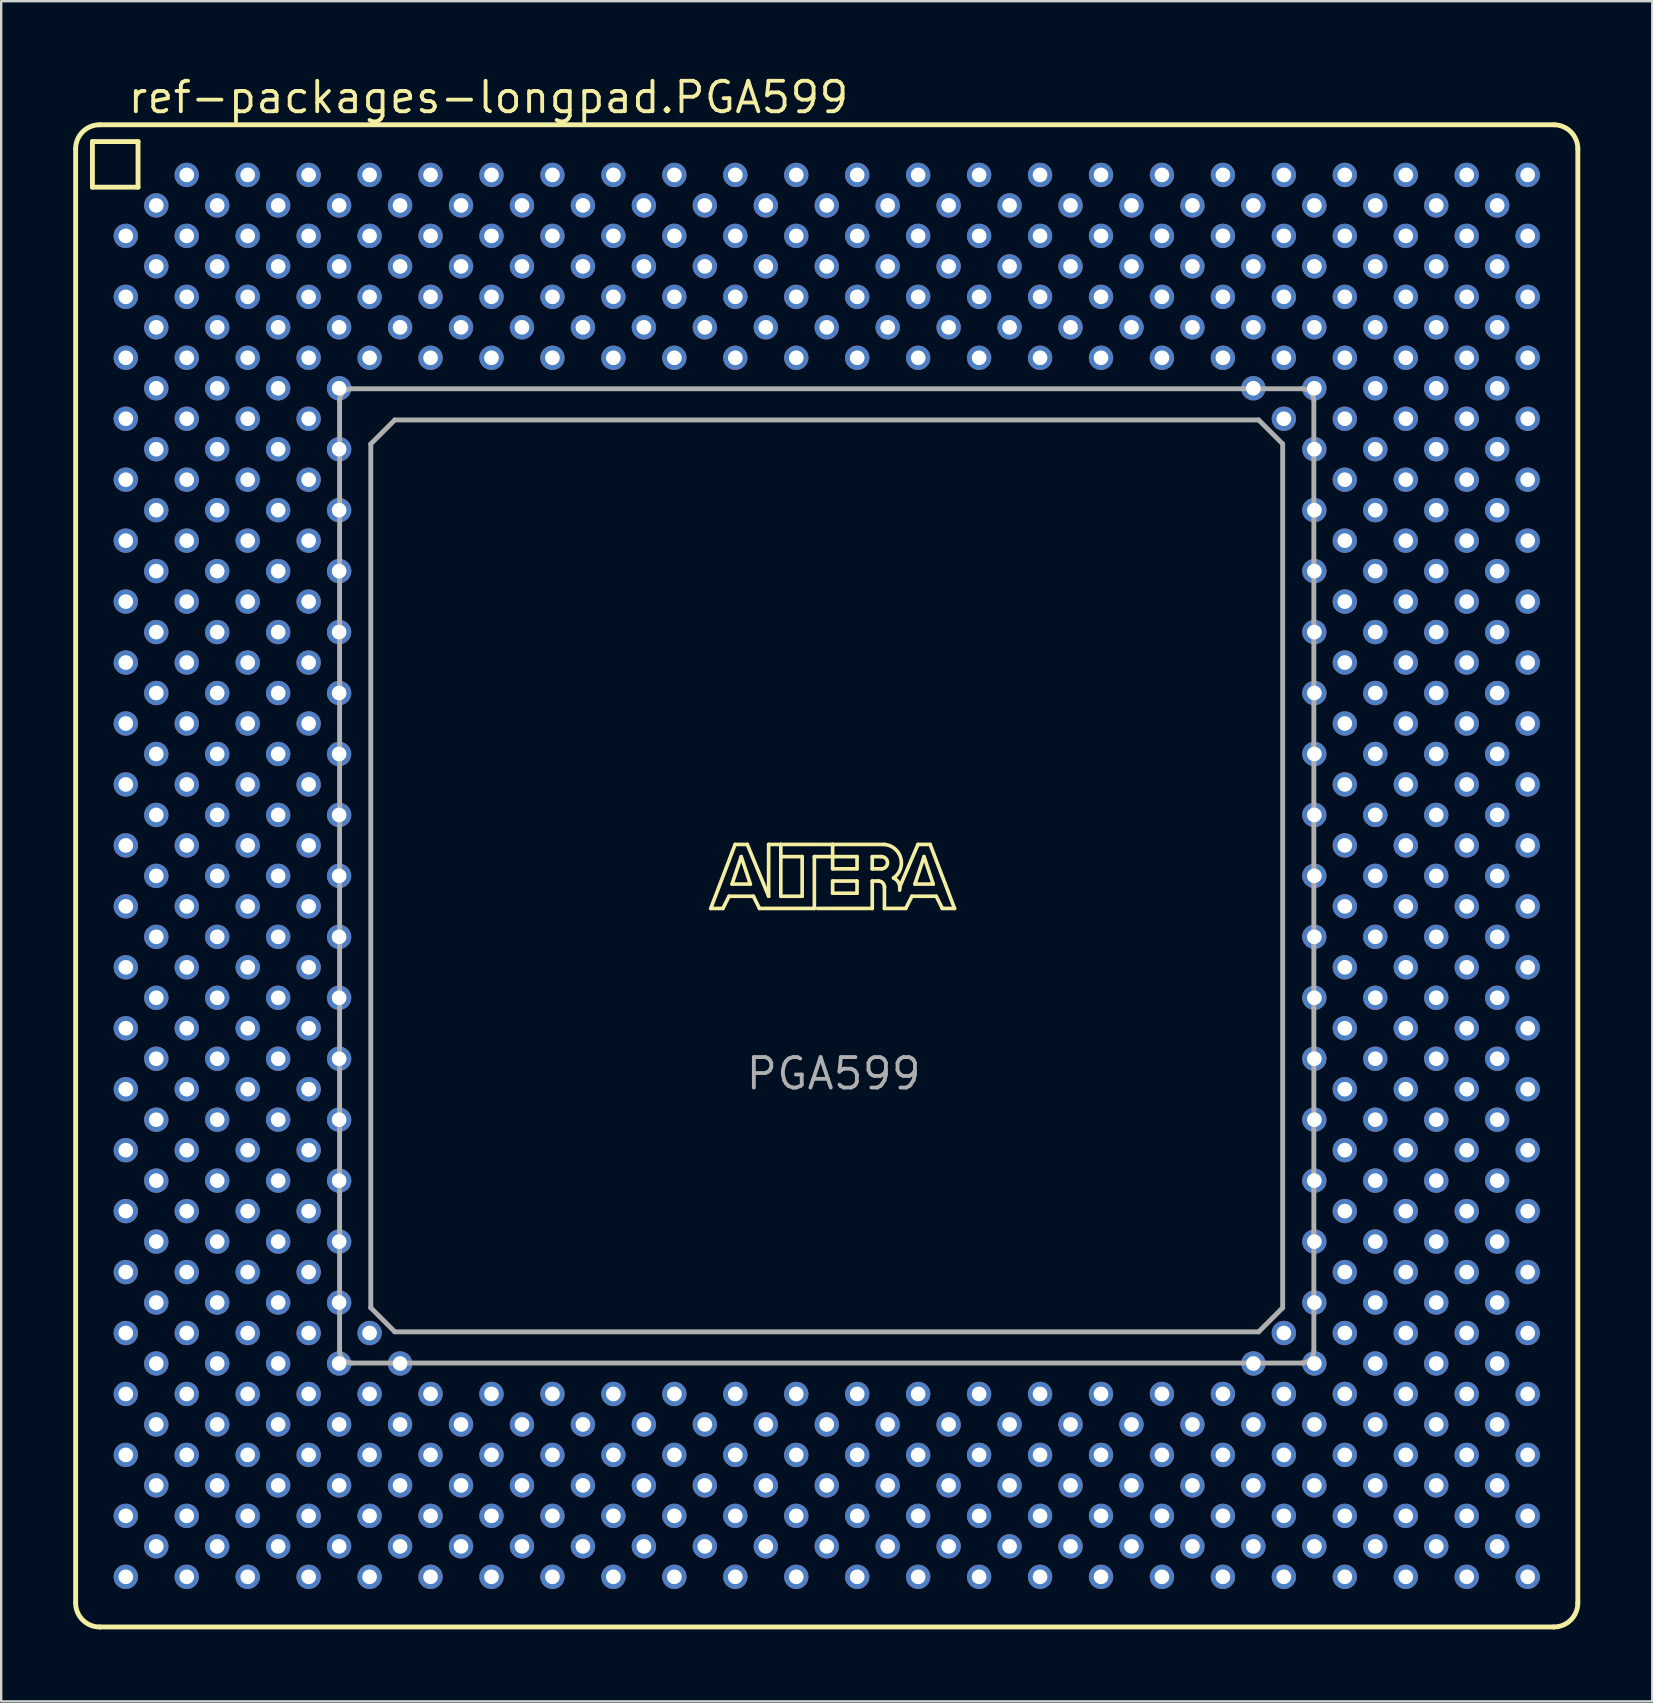
<source format=kicad_pcb>
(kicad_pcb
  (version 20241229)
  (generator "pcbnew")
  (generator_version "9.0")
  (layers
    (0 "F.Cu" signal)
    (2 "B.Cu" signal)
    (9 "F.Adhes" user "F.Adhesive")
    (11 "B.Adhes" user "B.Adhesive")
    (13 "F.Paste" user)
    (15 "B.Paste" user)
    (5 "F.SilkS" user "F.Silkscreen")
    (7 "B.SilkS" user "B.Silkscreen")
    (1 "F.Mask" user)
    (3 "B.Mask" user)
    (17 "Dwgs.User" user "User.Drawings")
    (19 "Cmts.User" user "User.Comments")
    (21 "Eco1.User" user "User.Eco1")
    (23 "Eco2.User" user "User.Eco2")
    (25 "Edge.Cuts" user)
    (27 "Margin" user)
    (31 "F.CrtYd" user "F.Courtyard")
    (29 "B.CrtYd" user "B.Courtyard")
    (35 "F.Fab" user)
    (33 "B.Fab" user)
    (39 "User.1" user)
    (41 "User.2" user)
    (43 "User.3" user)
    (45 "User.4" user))
  (footprint "ref-packages-longpad.PGA599"
    (layer "F.Cu")
    (at 31.402 33.45)
    (property "Reference" "ref-packages-longpad.PGA599" (at -29.199 -31.7 0) (layer "F.SilkS") (effects (font (size 1.27 1.27) (thickness 0.16)) (justify left bottom)))
    (attr through_hole)
    (fp_line (start -31.3 -30.3) (end -31.3 30.3) (stroke (width 0.203) (type default)) (layer "F.SilkS"))
    (fp_line (start -30.6 -30.6) (end -28.7 -30.6) (stroke (width 0.203) (type default)) (layer "F.SilkS"))
    (fp_line (start -30.6 -28.7) (end -30.6 -30.6) (stroke (width 0.203) (type default)) (layer "F.SilkS"))
    (fp_line (start -30.3 31.3) (end 30.3 31.3) (stroke (width 0.203) (type default)) (layer "F.SilkS"))
    (fp_line (start -28.7 -30.6) (end -28.7 -28.7) (stroke (width 0.203) (type default)) (layer "F.SilkS"))
    (fp_line (start -28.7 -28.7) (end -30.6 -28.7) (stroke (width 0.203) (type default)) (layer "F.SilkS"))
    (fp_line (start -4.834 1.357) (end -3.818 -1.31) (stroke (width 0.152) (type default)) (layer "F.SilkS"))
    (fp_line (start -4.326 1.357) (end -4.834 1.357) (stroke (width 0.152) (type default)) (layer "F.SilkS"))
    (fp_line (start -4.072 0.849) (end -4.326 1.357) (stroke (width 0.152) (type default)) (layer "F.SilkS"))
    (fp_line (start -3.945 0.341) (end -3.183 0.341) (stroke (width 0.152) (type default)) (layer "F.SilkS"))
    (fp_line (start -3.818 -1.31) (end -3.31 -1.31) (stroke (width 0.152) (type default)) (layer "F.SilkS"))
    (fp_line (start -3.564 -0.802) (end -3.945 0.341) (stroke (width 0.152) (type default)) (layer "F.SilkS"))
    (fp_line (start -3.31 -1.31) (end -2.421 0.849) (stroke (width 0.152) (type default)) (layer "F.SilkS"))
    (fp_line (start -3.183 0.341) (end -3.564 -0.802) (stroke (width 0.152) (type default)) (layer "F.SilkS"))
    (fp_line (start -3.056 0.849) (end -4.072 0.849) (stroke (width 0.152) (type default)) (layer "F.SilkS"))
    (fp_line (start -2.802 1.357) (end -3.056 0.849) (stroke (width 0.152) (type default)) (layer "F.SilkS"))
    (fp_line (start -2.421 -1.31) (end -1.913 -1.31) (stroke (width 0.152) (type default)) (layer "F.SilkS"))
    (fp_line (start -2.421 0.849) (end -2.421 -1.31) (stroke (width 0.152) (type default)) (layer "F.SilkS"))
    (fp_line (start -1.913 -1.31) (end -1.913 -0.802) (stroke (width 0.152) (type default)) (layer "F.SilkS"))
    (fp_line (start -1.913 -1.31) (end 0.246 -1.31) (stroke (width 0.152) (type default)) (layer "F.SilkS"))
    (fp_line (start -1.913 -0.802) (end -1.913 0.849) (stroke (width 0.152) (type default)) (layer "F.SilkS"))
    (fp_line (start -1.913 0.849) (end -1.024 0.849) (stroke (width 0.152) (type default)) (layer "F.SilkS"))
    (fp_line (start -1.024 -0.802) (end -1.913 -0.802) (stroke (width 0.152) (type default)) (layer "F.SilkS"))
    (fp_line (start -1.024 0.849) (end -1.024 -0.802) (stroke (width 0.152) (type default)) (layer "F.SilkS"))
    (fp_line (start -0.516 -0.802) (end -0.516 1.357) (stroke (width 0.152) (type default)) (layer "F.SilkS"))
    (fp_line (start -0.516 1.357) (end -2.802 1.357) (stroke (width 0.152) (type default)) (layer "F.SilkS"))
    (fp_line (start 0.246 -1.31) (end 0.246 -0.802) (stroke (width 0.152) (type default)) (layer "F.SilkS"))
    (fp_line (start 0.246 -1.31) (end 2.405 -1.31) (stroke (width 0.152) (type default)) (layer "F.SilkS"))
    (fp_line (start 0.246 -0.802) (end -0.516 -0.802) (stroke (width 0.152) (type default)) (layer "F.SilkS"))
    (fp_line (start 0.246 -0.802) (end 0.246 -0.294) (stroke (width 0.152) (type default)) (layer "F.SilkS"))
    (fp_line (start 0.246 -0.294) (end 1.262 -0.294) (stroke (width 0.152) (type default)) (layer "F.SilkS"))
    (fp_line (start 0.246 0.214) (end 1.262 0.214) (stroke (width 0.152) (type default)) (layer "F.SilkS"))
    (fp_line (start 0.246 0.722) (end 0.246 0.214) (stroke (width 0.152) (type default)) (layer "F.SilkS"))
    (fp_line (start 1.262 -0.802) (end 0.246 -0.802) (stroke (width 0.152) (type default)) (layer "F.SilkS"))
    (fp_line (start 1.262 -0.294) (end 1.262 -0.802) (stroke (width 0.152) (type default)) (layer "F.SilkS"))
    (fp_line (start 1.262 0.214) (end 1.262 0.722) (stroke (width 0.152) (type default)) (layer "F.SilkS"))
    (fp_line (start 1.262 0.722) (end 0.246 0.722) (stroke (width 0.152) (type default)) (layer "F.SilkS"))
    (fp_line (start 1.897 -0.802) (end 1.897 -0.294) (stroke (width 0.152) (type default)) (layer "F.SilkS"))
    (fp_line (start 1.897 -0.294) (end 2.278 -0.294) (stroke (width 0.152) (type default)) (layer "F.SilkS"))
    (fp_line (start 1.897 0.214) (end 1.897 1.357) (stroke (width 0.152) (type default)) (layer "F.SilkS"))
    (fp_line (start 1.897 0.214) (end 2.151 0.214) (stroke (width 0.152) (type default)) (layer "F.SilkS"))
    (fp_line (start 1.897 1.357) (end -0.389 1.357) (stroke (width 0.152) (type default)) (layer "F.SilkS"))
    (fp_line (start 2.278 -0.802) (end 1.897 -0.802) (stroke (width 0.152) (type default)) (layer "F.SilkS"))
    (fp_line (start 2.405 0.468) (end 2.405 1.357) (stroke (width 0.152) (type default)) (layer "F.SilkS"))
    (fp_line (start 2.405 1.357) (end 3.294 1.357) (stroke (width 0.152) (type default)) (layer "F.SilkS"))
    (fp_line (start 3.294 1.357) (end 3.548 0.849) (stroke (width 0.152) (type default)) (layer "F.SilkS"))
    (fp_line (start 3.548 0.849) (end 4.564 0.849) (stroke (width 0.152) (type default)) (layer "F.SilkS"))
    (fp_line (start 3.675 0.341) (end 4.056 -0.802) (stroke (width 0.152) (type default)) (layer "F.SilkS"))
    (fp_line (start 3.802 -1.31) (end 3.04 0.468) (stroke (width 0.152) (type default)) (layer "F.SilkS"))
    (fp_line (start 4.056 -0.802) (end 4.437 0.341) (stroke (width 0.152) (type default)) (layer "F.SilkS"))
    (fp_line (start 4.31 -1.31) (end 3.802 -1.31) (stroke (width 0.152) (type default)) (layer "F.SilkS"))
    (fp_line (start 4.437 0.341) (end 3.675 0.341) (stroke (width 0.152) (type default)) (layer "F.SilkS"))
    (fp_line (start 4.564 0.849) (end 4.818 1.357) (stroke (width 0.152) (type default)) (layer "F.SilkS"))
    (fp_line (start 4.818 1.357) (end 5.326 1.357) (stroke (width 0.152) (type default)) (layer "F.SilkS"))
    (fp_line (start 5.326 1.357) (end 4.31 -1.31) (stroke (width 0.152) (type default)) (layer "F.SilkS"))
    (fp_line (start 30.3 -31.3) (end -30.3 -31.3) (stroke (width 0.203) (type default)) (layer "F.SilkS"))
    (fp_line (start 31.3 30.3) (end 31.3 -30.3) (stroke (width 0.203) (type default)) (layer "F.SilkS"))
    (fp_arc (start -31.3 -30.3) (mid -31.007107 -31.007107) (end -30.3 -31.3) (stroke (width 0.2032) (type default)) (layer "F.SilkS"))
    (fp_arc (start -30.3 31.3) (mid -31.007107 31.007107) (end -31.3 30.3) (stroke (width 0.2032) (type default)) (layer "F.SilkS"))
    (fp_arc (start 2.151 0.214) (mid 2.330605 0.288395) (end 2.405 0.468) (stroke (width 0.1524) (type default)) (layer "F.SilkS"))
    (fp_arc (start 2.278 -0.802) (mid 2.532 -0.548) (end 2.278 -0.294) (stroke (width 0.1524) (type default)) (layer "F.SilkS"))
    (fp_arc (start 2.405 -1.31) (mid 3.084953 -0.74477) (end 2.7861 0.0874) (stroke (width 0.1524) (type default)) (layer "F.SilkS"))
    (fp_arc (start 2.7861 0.0871) (mid 3.002081 0.296587) (end 3.0398 0.5951) (stroke (width 0.1524) (type default)) (layer "F.SilkS"))
    (fp_arc (start 30.3 -31.3) (mid 31.007107 -31.007107) (end 31.3 -30.3) (stroke (width 0.2032) (type default)) (layer "F.SilkS"))
    (fp_arc (start 31.3 30.3) (mid 31.007107 31.007107) (end 30.3 31.3) (stroke (width 0.2032) (type default)) (layer "F.SilkS"))
    (fp_line (start -20.3 -19.8) (end -20.3 19.8) (stroke (width 0.203) (type default)) (layer "F.Fab"))
    (fp_line (start -19.8 20.3) (end 19.8 20.3) (stroke (width 0.203) (type default)) (layer "F.Fab"))
    (fp_line (start -19 -18) (end -19 18) (stroke (width 0.203) (type default)) (layer "F.Fab"))
    (fp_line (start -19 -18) (end -18 -19) (stroke (width 0.203) (type default)) (layer "F.Fab"))
    (fp_line (start -18 19) (end -19 18) (stroke (width 0.203) (type default)) (layer "F.Fab"))
    (fp_line (start -18 19) (end 18 19) (stroke (width 0.203) (type default)) (layer "F.Fab"))
    (fp_line (start 18 -19) (end -18 -19) (stroke (width 0.203) (type default)) (layer "F.Fab"))
    (fp_line (start 18 -19) (end 19 -18) (stroke (width 0.203) (type default)) (layer "F.Fab"))
    (fp_line (start 19 18) (end 18 19) (stroke (width 0.203) (type default)) (layer "F.Fab"))
    (fp_line (start 19 18) (end 19 -18) (stroke (width 0.203) (type default)) (layer "F.Fab"))
    (fp_line (start 19.8 -20.3) (end -19.8 -20.3) (stroke (width 0.203) (type default)) (layer "F.Fab"))
    (fp_line (start 20.3 19.8) (end 20.3 -19.8) (stroke (width 0.203) (type default)) (layer "F.Fab"))
    (fp_arc (start -20.3 -19.8) (mid -20.153624 -20.153483) (end -19.8002 -20.3) (stroke (width 0.2032) (type default)) (layer "F.Fab"))
    (fp_arc (start -19.8002 20.3) (mid -20.153624 20.153483) (end -20.3 19.8) (stroke (width 0.2032) (type default)) (layer "F.Fab"))
    (fp_arc (start 19.8 -20.3) (mid 20.153483 -20.153624) (end 20.3 -19.8002) (stroke (width 0.2032) (type default)) (layer "F.Fab"))
    (fp_arc (start 20.3 19.8002) (mid 20.153483 20.153624) (end 19.8 20.3) (stroke (width 0.2032) (type default)) (layer "F.Fab"))
    (fp_text user "PGA599" (at -3.445 8.985 0) (layer "F.Fab") (effects (font (size 1.27 1.27) (thickness 0.16)) (justify left bottom)))
    (pad "A3" thru_hole circle (at -26.67 -29.21) (size 1.016 1.016) (drill 0.61) (layers "*.Cu" "*.Mask"))
    (pad "A5" thru_hole circle (at -24.13 -29.21) (size 1.016 1.016) (drill 0.61) (layers "*.Cu" "*.Mask"))
    (pad "A7" thru_hole circle (at -21.59 -29.21) (size 1.016 1.016) (drill 0.61) (layers "*.Cu" "*.Mask"))
    (pad "A9" thru_hole circle (at -19.05 -29.21) (size 1.016 1.016) (drill 0.61) (layers "*.Cu" "*.Mask"))
    (pad "A11" thru_hole circle (at -16.51 -29.21) (size 1.016 1.016) (drill 0.61) (layers "*.Cu" "*.Mask"))
    (pad "A13" thru_hole circle (at -13.97 -29.21) (size 1.016 1.016) (drill 0.61) (layers "*.Cu" "*.Mask"))
    (pad "A15" thru_hole circle (at -11.43 -29.21) (size 1.016 1.016) (drill 0.61) (layers "*.Cu" "*.Mask"))
    (pad "A17" thru_hole circle (at -8.89 -29.21) (size 1.016 1.016) (drill 0.61) (layers "*.Cu" "*.Mask"))
    (pad "A19" thru_hole circle (at -6.35 -29.21) (size 1.016 1.016) (drill 0.61) (layers "*.Cu" "*.Mask"))
    (pad "A21" thru_hole circle (at -3.81 -29.21) (size 1.016 1.016) (drill 0.61) (layers "*.Cu" "*.Mask"))
    (pad "A23" thru_hole circle (at -1.27 -29.21) (size 1.016 1.016) (drill 0.61) (layers "*.Cu" "*.Mask"))
    (pad "A25" thru_hole circle (at 1.27 -29.21) (size 1.016 1.016) (drill 0.61) (layers "*.Cu" "*.Mask"))
    (pad "A27" thru_hole circle (at 3.81 -29.21) (size 1.016 1.016) (drill 0.61) (layers "*.Cu" "*.Mask"))
    (pad "A29" thru_hole circle (at 6.35 -29.21) (size 1.016 1.016) (drill 0.61) (layers "*.Cu" "*.Mask"))
    (pad "A31" thru_hole circle (at 8.89 -29.21) (size 1.016 1.016) (drill 0.61) (layers "*.Cu" "*.Mask"))
    (pad "A33" thru_hole circle (at 11.43 -29.21) (size 1.016 1.016) (drill 0.61) (layers "*.Cu" "*.Mask"))
    (pad "A35" thru_hole circle (at 13.97 -29.21) (size 1.016 1.016) (drill 0.61) (layers "*.Cu" "*.Mask"))
    (pad "A37" thru_hole circle (at 16.51 -29.21) (size 1.016 1.016) (drill 0.61) (layers "*.Cu" "*.Mask"))
    (pad "A39" thru_hole circle (at 19.05 -29.21) (size 1.016 1.016) (drill 0.61) (layers "*.Cu" "*.Mask"))
    (pad "A41" thru_hole circle (at 21.59 -29.21) (size 1.016 1.016) (drill 0.61) (layers "*.Cu" "*.Mask"))
    (pad "A43" thru_hole circle (at 24.13 -29.21) (size 1.016 1.016) (drill 0.61) (layers "*.Cu" "*.Mask"))
    (pad "A45" thru_hole circle (at 26.67 -29.21) (size 1.016 1.016) (drill 0.61) (layers "*.Cu" "*.Mask"))
    (pad "A47" thru_hole circle (at 29.21 -29.21) (size 1.016 1.016) (drill 0.61) (layers "*.Cu" "*.Mask"))
    (pad "AA1" thru_hole circle (at -29.21 -3.81) (size 1.016 1.016) (drill 0.61) (layers "*.Cu" "*.Mask"))
    (pad "AA3" thru_hole circle (at -26.67 -3.81) (size 1.016 1.016) (drill 0.61) (layers "*.Cu" "*.Mask"))
    (pad "AA5" thru_hole circle (at -24.13 -3.81) (size 1.016 1.016) (drill 0.61) (layers "*.Cu" "*.Mask"))
    (pad "AA7" thru_hole circle (at -21.59 -3.81) (size 1.016 1.016) (drill 0.61) (layers "*.Cu" "*.Mask"))
    (pad "AA41" thru_hole circle (at 21.59 -3.81) (size 1.016 1.016) (drill 0.61) (layers "*.Cu" "*.Mask"))
    (pad "AA43" thru_hole circle (at 24.13 -3.81) (size 1.016 1.016) (drill 0.61) (layers "*.Cu" "*.Mask"))
    (pad "AA45" thru_hole circle (at 26.67 -3.81) (size 1.016 1.016) (drill 0.61) (layers "*.Cu" "*.Mask"))
    (pad "AA47" thru_hole circle (at 29.21 -3.81) (size 1.016 1.016) (drill 0.61) (layers "*.Cu" "*.Mask"))
    (pad "AB2" thru_hole circle (at -27.94 -2.54) (size 1.016 1.016) (drill 0.61) (layers "*.Cu" "*.Mask"))
    (pad "AB4" thru_hole circle (at -25.4 -2.54) (size 1.016 1.016) (drill 0.61) (layers "*.Cu" "*.Mask"))
    (pad "AB6" thru_hole circle (at -22.86 -2.54) (size 1.016 1.016) (drill 0.61) (layers "*.Cu" "*.Mask"))
    (pad "AB8" thru_hole circle (at -20.32 -2.54) (size 1.016 1.016) (drill 0.61) (layers "*.Cu" "*.Mask"))
    (pad "AB40" thru_hole circle (at 20.32 -2.54) (size 1.016 1.016) (drill 0.61) (layers "*.Cu" "*.Mask"))
    (pad "AB42" thru_hole circle (at 22.86 -2.54) (size 1.016 1.016) (drill 0.61) (layers "*.Cu" "*.Mask"))
    (pad "AB44" thru_hole circle (at 25.4 -2.54) (size 1.016 1.016) (drill 0.61) (layers "*.Cu" "*.Mask"))
    (pad "AB46" thru_hole circle (at 27.94 -2.54) (size 1.016 1.016) (drill 0.61) (layers "*.Cu" "*.Mask"))
    (pad "AC1" thru_hole circle (at -29.21 -1.27) (size 1.016 1.016) (drill 0.61) (layers "*.Cu" "*.Mask"))
    (pad "AC3" thru_hole circle (at -26.67 -1.27) (size 1.016 1.016) (drill 0.61) (layers "*.Cu" "*.Mask"))
    (pad "AC5" thru_hole circle (at -24.13 -1.27) (size 1.016 1.016) (drill 0.61) (layers "*.Cu" "*.Mask"))
    (pad "AC7" thru_hole circle (at -21.59 -1.27) (size 1.016 1.016) (drill 0.61) (layers "*.Cu" "*.Mask"))
    (pad "AC41" thru_hole circle (at 21.59 -1.27) (size 1.016 1.016) (drill 0.61) (layers "*.Cu" "*.Mask"))
    (pad "AC43" thru_hole circle (at 24.13 -1.27) (size 1.016 1.016) (drill 0.61) (layers "*.Cu" "*.Mask"))
    (pad "AC45" thru_hole circle (at 26.67 -1.27) (size 1.016 1.016) (drill 0.61) (layers "*.Cu" "*.Mask"))
    (pad "AC47" thru_hole circle (at 29.21 -1.27) (size 1.016 1.016) (drill 0.61) (layers "*.Cu" "*.Mask"))
    (pad "AD2" thru_hole circle (at -27.94 0) (size 1.016 1.016) (drill 0.61) (layers "*.Cu" "*.Mask"))
    (pad "AD4" thru_hole circle (at -25.4 0) (size 1.016 1.016) (drill 0.61) (layers "*.Cu" "*.Mask"))
    (pad "AD6" thru_hole circle (at -22.86 0) (size 1.016 1.016) (drill 0.61) (layers "*.Cu" "*.Mask"))
    (pad "AD8" thru_hole circle (at -20.32 0) (size 1.016 1.016) (drill 0.61) (layers "*.Cu" "*.Mask"))
    (pad "AD40" thru_hole circle (at 20.32 0) (size 1.016 1.016) (drill 0.61) (layers "*.Cu" "*.Mask"))
    (pad "AD42" thru_hole circle (at 22.86 0) (size 1.016 1.016) (drill 0.61) (layers "*.Cu" "*.Mask"))
    (pad "AD44" thru_hole circle (at 25.4 0) (size 1.016 1.016) (drill 0.61) (layers "*.Cu" "*.Mask"))
    (pad "AD46" thru_hole circle (at 27.94 0) (size 1.016 1.016) (drill 0.61) (layers "*.Cu" "*.Mask"))
    (pad "AE1" thru_hole circle (at -29.21 1.27) (size 1.016 1.016) (drill 0.61) (layers "*.Cu" "*.Mask"))
    (pad "AE3" thru_hole circle (at -26.67 1.27) (size 1.016 1.016) (drill 0.61) (layers "*.Cu" "*.Mask"))
    (pad "AE5" thru_hole circle (at -24.13 1.27) (size 1.016 1.016) (drill 0.61) (layers "*.Cu" "*.Mask"))
    (pad "AE7" thru_hole circle (at -21.59 1.27) (size 1.016 1.016) (drill 0.61) (layers "*.Cu" "*.Mask"))
    (pad "AE41" thru_hole circle (at 21.59 1.27) (size 1.016 1.016) (drill 0.61) (layers "*.Cu" "*.Mask"))
    (pad "AE43" thru_hole circle (at 24.13 1.27) (size 1.016 1.016) (drill 0.61) (layers "*.Cu" "*.Mask"))
    (pad "AE45" thru_hole circle (at 26.67 1.27) (size 1.016 1.016) (drill 0.61) (layers "*.Cu" "*.Mask"))
    (pad "AE47" thru_hole circle (at 29.21 1.27) (size 1.016 1.016) (drill 0.61) (layers "*.Cu" "*.Mask"))
    (pad "AF2" thru_hole circle (at -27.94 2.54) (size 1.016 1.016) (drill 0.61) (layers "*.Cu" "*.Mask"))
    (pad "AF4" thru_hole circle (at -25.4 2.54) (size 1.016 1.016) (drill 0.61) (layers "*.Cu" "*.Mask"))
    (pad "AF6" thru_hole circle (at -22.86 2.54) (size 1.016 1.016) (drill 0.61) (layers "*.Cu" "*.Mask"))
    (pad "AF8" thru_hole circle (at -20.32 2.54) (size 1.016 1.016) (drill 0.61) (layers "*.Cu" "*.Mask"))
    (pad "AF40" thru_hole circle (at 20.32 2.54) (size 1.016 1.016) (drill 0.61) (layers "*.Cu" "*.Mask"))
    (pad "AF42" thru_hole circle (at 22.86 2.54) (size 1.016 1.016) (drill 0.61) (layers "*.Cu" "*.Mask"))
    (pad "AF44" thru_hole circle (at 25.4 2.54) (size 1.016 1.016) (drill 0.61) (layers "*.Cu" "*.Mask"))
    (pad "AF46" thru_hole circle (at 27.94 2.54) (size 1.016 1.016) (drill 0.61) (layers "*.Cu" "*.Mask"))
    (pad "AG1" thru_hole circle (at -29.21 3.81) (size 1.016 1.016) (drill 0.61) (layers "*.Cu" "*.Mask"))
    (pad "AG3" thru_hole circle (at -26.67 3.81) (size 1.016 1.016) (drill 0.61) (layers "*.Cu" "*.Mask"))
    (pad "AG5" thru_hole circle (at -24.13 3.81) (size 1.016 1.016) (drill 0.61) (layers "*.Cu" "*.Mask"))
    (pad "AG7" thru_hole circle (at -21.59 3.81) (size 1.016 1.016) (drill 0.61) (layers "*.Cu" "*.Mask"))
    (pad "AG41" thru_hole circle (at 21.59 3.81) (size 1.016 1.016) (drill 0.61) (layers "*.Cu" "*.Mask"))
    (pad "AG43" thru_hole circle (at 24.13 3.81) (size 1.016 1.016) (drill 0.61) (layers "*.Cu" "*.Mask"))
    (pad "AG45" thru_hole circle (at 26.67 3.81) (size 1.016 1.016) (drill 0.61) (layers "*.Cu" "*.Mask"))
    (pad "AG47" thru_hole circle (at 29.21 3.81) (size 1.016 1.016) (drill 0.61) (layers "*.Cu" "*.Mask"))
    (pad "AH2" thru_hole circle (at -27.94 5.08) (size 1.016 1.016) (drill 0.61) (layers "*.Cu" "*.Mask"))
    (pad "AH4" thru_hole circle (at -25.4 5.08) (size 1.016 1.016) (drill 0.61) (layers "*.Cu" "*.Mask"))
    (pad "AH6" thru_hole circle (at -22.86 5.08) (size 1.016 1.016) (drill 0.61) (layers "*.Cu" "*.Mask"))
    (pad "AH8" thru_hole circle (at -20.32 5.08) (size 1.016 1.016) (drill 0.61) (layers "*.Cu" "*.Mask"))
    (pad "AH40" thru_hole circle (at 20.32 5.08) (size 1.016 1.016) (drill 0.61) (layers "*.Cu" "*.Mask"))
    (pad "AH42" thru_hole circle (at 22.86 5.08) (size 1.016 1.016) (drill 0.61) (layers "*.Cu" "*.Mask"))
    (pad "AH44" thru_hole circle (at 25.4 5.08) (size 1.016 1.016) (drill 0.61) (layers "*.Cu" "*.Mask"))
    (pad "AH46" thru_hole circle (at 27.94 5.08) (size 1.016 1.016) (drill 0.61) (layers "*.Cu" "*.Mask"))
    (pad "AJ1" thru_hole circle (at -29.21 6.35) (size 1.016 1.016) (drill 0.61) (layers "*.Cu" "*.Mask"))
    (pad "AJ3" thru_hole circle (at -26.67 6.35) (size 1.016 1.016) (drill 0.61) (layers "*.Cu" "*.Mask"))
    (pad "AJ5" thru_hole circle (at -24.13 6.35) (size 1.016 1.016) (drill 0.61) (layers "*.Cu" "*.Mask"))
    (pad "AJ7" thru_hole circle (at -21.59 6.35) (size 1.016 1.016) (drill 0.61) (layers "*.Cu" "*.Mask"))
    (pad "AJ41" thru_hole circle (at 21.59 6.35) (size 1.016 1.016) (drill 0.61) (layers "*.Cu" "*.Mask"))
    (pad "AJ43" thru_hole circle (at 24.13 6.35) (size 1.016 1.016) (drill 0.61) (layers "*.Cu" "*.Mask"))
    (pad "AJ45" thru_hole circle (at 26.67 6.35) (size 1.016 1.016) (drill 0.61) (layers "*.Cu" "*.Mask"))
    (pad "AJ47" thru_hole circle (at 29.21 6.35) (size 1.016 1.016) (drill 0.61) (layers "*.Cu" "*.Mask"))
    (pad "AK2" thru_hole circle (at -27.94 7.62) (size 1.016 1.016) (drill 0.61) (layers "*.Cu" "*.Mask"))
    (pad "AK4" thru_hole circle (at -25.4 7.62) (size 1.016 1.016) (drill 0.61) (layers "*.Cu" "*.Mask"))
    (pad "AK6" thru_hole circle (at -22.86 7.62) (size 1.016 1.016) (drill 0.61) (layers "*.Cu" "*.Mask"))
    (pad "AK8" thru_hole circle (at -20.32 7.62) (size 1.016 1.016) (drill 0.61) (layers "*.Cu" "*.Mask"))
    (pad "AK40" thru_hole circle (at 20.32 7.62) (size 1.016 1.016) (drill 0.61) (layers "*.Cu" "*.Mask"))
    (pad "AK42" thru_hole circle (at 22.86 7.62) (size 1.016 1.016) (drill 0.61) (layers "*.Cu" "*.Mask"))
    (pad "AK44" thru_hole circle (at 25.4 7.62) (size 1.016 1.016) (drill 0.61) (layers "*.Cu" "*.Mask"))
    (pad "AK46" thru_hole circle (at 27.94 7.62) (size 1.016 1.016) (drill 0.61) (layers "*.Cu" "*.Mask"))
    (pad "AL1" thru_hole circle (at -29.21 8.89) (size 1.016 1.016) (drill 0.61) (layers "*.Cu" "*.Mask"))
    (pad "AL3" thru_hole circle (at -26.67 8.89) (size 1.016 1.016) (drill 0.61) (layers "*.Cu" "*.Mask"))
    (pad "AL5" thru_hole circle (at -24.13 8.89) (size 1.016 1.016) (drill 0.61) (layers "*.Cu" "*.Mask"))
    (pad "AL7" thru_hole circle (at -21.59 8.89) (size 1.016 1.016) (drill 0.61) (layers "*.Cu" "*.Mask"))
    (pad "AL41" thru_hole circle (at 21.59 8.89) (size 1.016 1.016) (drill 0.61) (layers "*.Cu" "*.Mask"))
    (pad "AL43" thru_hole circle (at 24.13 8.89) (size 1.016 1.016) (drill 0.61) (layers "*.Cu" "*.Mask"))
    (pad "AL45" thru_hole circle (at 26.67 8.89) (size 1.016 1.016) (drill 0.61) (layers "*.Cu" "*.Mask"))
    (pad "AL47" thru_hole circle (at 29.21 8.89) (size 1.016 1.016) (drill 0.61) (layers "*.Cu" "*.Mask"))
    (pad "AM2" thru_hole circle (at -27.94 10.16) (size 1.016 1.016) (drill 0.61) (layers "*.Cu" "*.Mask"))
    (pad "AM4" thru_hole circle (at -25.4 10.16) (size 1.016 1.016) (drill 0.61) (layers "*.Cu" "*.Mask"))
    (pad "AM6" thru_hole circle (at -22.86 10.16) (size 1.016 1.016) (drill 0.61) (layers "*.Cu" "*.Mask"))
    (pad "AM8" thru_hole circle (at -20.32 10.16) (size 1.016 1.016) (drill 0.61) (layers "*.Cu" "*.Mask"))
    (pad "AM40" thru_hole circle (at 20.32 10.16) (size 1.016 1.016) (drill 0.61) (layers "*.Cu" "*.Mask"))
    (pad "AM42" thru_hole circle (at 22.86 10.16) (size 1.016 1.016) (drill 0.61) (layers "*.Cu" "*.Mask"))
    (pad "AM44" thru_hole circle (at 25.4 10.16) (size 1.016 1.016) (drill 0.61) (layers "*.Cu" "*.Mask"))
    (pad "AM46" thru_hole circle (at 27.94 10.16) (size 1.016 1.016) (drill 0.61) (layers "*.Cu" "*.Mask"))
    (pad "AN1" thru_hole circle (at -29.21 11.43) (size 1.016 1.016) (drill 0.61) (layers "*.Cu" "*.Mask"))
    (pad "AN3" thru_hole circle (at -26.67 11.43) (size 1.016 1.016) (drill 0.61) (layers "*.Cu" "*.Mask"))
    (pad "AN5" thru_hole circle (at -24.13 11.43) (size 1.016 1.016) (drill 0.61) (layers "*.Cu" "*.Mask"))
    (pad "AN7" thru_hole circle (at -21.59 11.43) (size 1.016 1.016) (drill 0.61) (layers "*.Cu" "*.Mask"))
    (pad "AN41" thru_hole circle (at 21.59 11.43) (size 1.016 1.016) (drill 0.61) (layers "*.Cu" "*.Mask"))
    (pad "AN43" thru_hole circle (at 24.13 11.43) (size 1.016 1.016) (drill 0.61) (layers "*.Cu" "*.Mask"))
    (pad "AN45" thru_hole circle (at 26.67 11.43) (size 1.016 1.016) (drill 0.61) (layers "*.Cu" "*.Mask"))
    (pad "AN47" thru_hole circle (at 29.21 11.43) (size 1.016 1.016) (drill 0.61) (layers "*.Cu" "*.Mask"))
    (pad "AP2" thru_hole circle (at -27.94 12.7) (size 1.016 1.016) (drill 0.61) (layers "*.Cu" "*.Mask"))
    (pad "AP4" thru_hole circle (at -25.4 12.7) (size 1.016 1.016) (drill 0.61) (layers "*.Cu" "*.Mask"))
    (pad "AP6" thru_hole circle (at -22.86 12.7) (size 1.016 1.016) (drill 0.61) (layers "*.Cu" "*.Mask"))
    (pad "AP8" thru_hole circle (at -20.32 12.7) (size 1.016 1.016) (drill 0.61) (layers "*.Cu" "*.Mask"))
    (pad "AP40" thru_hole circle (at 20.32 12.7) (size 1.016 1.016) (drill 0.61) (layers "*.Cu" "*.Mask"))
    (pad "AP42" thru_hole circle (at 22.86 12.7) (size 1.016 1.016) (drill 0.61) (layers "*.Cu" "*.Mask"))
    (pad "AP44" thru_hole circle (at 25.4 12.7) (size 1.016 1.016) (drill 0.61) (layers "*.Cu" "*.Mask"))
    (pad "AP46" thru_hole circle (at 27.94 12.7) (size 1.016 1.016) (drill 0.61) (layers "*.Cu" "*.Mask"))
    (pad "AR1" thru_hole circle (at -29.21 13.97) (size 1.016 1.016) (drill 0.61) (layers "*.Cu" "*.Mask"))
    (pad "AR3" thru_hole circle (at -26.67 13.97) (size 1.016 1.016) (drill 0.61) (layers "*.Cu" "*.Mask"))
    (pad "AR5" thru_hole circle (at -24.13 13.97) (size 1.016 1.016) (drill 0.61) (layers "*.Cu" "*.Mask"))
    (pad "AR7" thru_hole circle (at -21.59 13.97) (size 1.016 1.016) (drill 0.61) (layers "*.Cu" "*.Mask"))
    (pad "AR41" thru_hole circle (at 21.59 13.97) (size 1.016 1.016) (drill 0.61) (layers "*.Cu" "*.Mask"))
    (pad "AR43" thru_hole circle (at 24.13 13.97) (size 1.016 1.016) (drill 0.61) (layers "*.Cu" "*.Mask"))
    (pad "AR45" thru_hole circle (at 26.67 13.97) (size 1.016 1.016) (drill 0.61) (layers "*.Cu" "*.Mask"))
    (pad "AR47" thru_hole circle (at 29.21 13.97) (size 1.016 1.016) (drill 0.61) (layers "*.Cu" "*.Mask"))
    (pad "AT2" thru_hole circle (at -27.94 15.24) (size 1.016 1.016) (drill 0.61) (layers "*.Cu" "*.Mask"))
    (pad "AT4" thru_hole circle (at -25.4 15.24) (size 1.016 1.016) (drill 0.61) (layers "*.Cu" "*.Mask"))
    (pad "AT6" thru_hole circle (at -22.86 15.24) (size 1.016 1.016) (drill 0.61) (layers "*.Cu" "*.Mask"))
    (pad "AT8" thru_hole circle (at -20.32 15.24) (size 1.016 1.016) (drill 0.61) (layers "*.Cu" "*.Mask"))
    (pad "AT40" thru_hole circle (at 20.32 15.24) (size 1.016 1.016) (drill 0.61) (layers "*.Cu" "*.Mask"))
    (pad "AT42" thru_hole circle (at 22.86 15.24) (size 1.016 1.016) (drill 0.61) (layers "*.Cu" "*.Mask"))
    (pad "AT44" thru_hole circle (at 25.4 15.24) (size 1.016 1.016) (drill 0.61) (layers "*.Cu" "*.Mask"))
    (pad "AT46" thru_hole circle (at 27.94 15.24) (size 1.016 1.016) (drill 0.61) (layers "*.Cu" "*.Mask"))
    (pad "AU1" thru_hole circle (at -29.21 16.51) (size 1.016 1.016) (drill 0.61) (layers "*.Cu" "*.Mask"))
    (pad "AU3" thru_hole circle (at -26.67 16.51) (size 1.016 1.016) (drill 0.61) (layers "*.Cu" "*.Mask"))
    (pad "AU5" thru_hole circle (at -24.13 16.51) (size 1.016 1.016) (drill 0.61) (layers "*.Cu" "*.Mask"))
    (pad "AU7" thru_hole circle (at -21.59 16.51) (size 1.016 1.016) (drill 0.61) (layers "*.Cu" "*.Mask"))
    (pad "AU41" thru_hole circle (at 21.59 16.51) (size 1.016 1.016) (drill 0.61) (layers "*.Cu" "*.Mask"))
    (pad "AU43" thru_hole circle (at 24.13 16.51) (size 1.016 1.016) (drill 0.61) (layers "*.Cu" "*.Mask"))
    (pad "AU45" thru_hole circle (at 26.67 16.51) (size 1.016 1.016) (drill 0.61) (layers "*.Cu" "*.Mask"))
    (pad "AU47" thru_hole circle (at 29.21 16.51) (size 1.016 1.016) (drill 0.61) (layers "*.Cu" "*.Mask"))
    (pad "AV2" thru_hole circle (at -27.94 17.78) (size 1.016 1.016) (drill 0.61) (layers "*.Cu" "*.Mask"))
    (pad "AV4" thru_hole circle (at -25.4 17.78) (size 1.016 1.016) (drill 0.61) (layers "*.Cu" "*.Mask"))
    (pad "AV6" thru_hole circle (at -22.86 17.78) (size 1.016 1.016) (drill 0.61) (layers "*.Cu" "*.Mask"))
    (pad "AV8" thru_hole circle (at -20.32 17.78) (size 1.016 1.016) (drill 0.61) (layers "*.Cu" "*.Mask"))
    (pad "AV40" thru_hole circle (at 20.32 17.78) (size 1.016 1.016) (drill 0.61) (layers "*.Cu" "*.Mask"))
    (pad "AV42" thru_hole circle (at 22.86 17.78) (size 1.016 1.016) (drill 0.61) (layers "*.Cu" "*.Mask"))
    (pad "AV44" thru_hole circle (at 25.4 17.78) (size 1.016 1.016) (drill 0.61) (layers "*.Cu" "*.Mask"))
    (pad "AV46" thru_hole circle (at 27.94 17.78) (size 1.016 1.016) (drill 0.61) (layers "*.Cu" "*.Mask"))
    (pad "AW1" thru_hole circle (at -29.21 19.05) (size 1.016 1.016) (drill 0.61) (layers "*.Cu" "*.Mask"))
    (pad "AW3" thru_hole circle (at -26.67 19.05) (size 1.016 1.016) (drill 0.61) (layers "*.Cu" "*.Mask"))
    (pad "AW5" thru_hole circle (at -24.13 19.05) (size 1.016 1.016) (drill 0.61) (layers "*.Cu" "*.Mask"))
    (pad "AW7" thru_hole circle (at -21.59 19.05) (size 1.016 1.016) (drill 0.61) (layers "*.Cu" "*.Mask"))
    (pad "AW9" thru_hole circle (at -19.05 19.05) (size 1.016 1.016) (drill 0.61) (layers "*.Cu" "*.Mask"))
    (pad "AW39" thru_hole circle (at 19.05 19.05) (size 1.016 1.016) (drill 0.61) (layers "*.Cu" "*.Mask"))
    (pad "AW41" thru_hole circle (at 21.59 19.05) (size 1.016 1.016) (drill 0.61) (layers "*.Cu" "*.Mask"))
    (pad "AW43" thru_hole circle (at 24.13 19.05) (size 1.016 1.016) (drill 0.61) (layers "*.Cu" "*.Mask"))
    (pad "AW45" thru_hole circle (at 26.67 19.05) (size 1.016 1.016) (drill 0.61) (layers "*.Cu" "*.Mask"))
    (pad "AW47" thru_hole circle (at 29.21 19.05) (size 1.016 1.016) (drill 0.61) (layers "*.Cu" "*.Mask"))
    (pad "AY2" thru_hole circle (at -27.94 20.32) (size 1.016 1.016) (drill 0.61) (layers "*.Cu" "*.Mask"))
    (pad "AY4" thru_hole circle (at -25.4 20.32) (size 1.016 1.016) (drill 0.61) (layers "*.Cu" "*.Mask"))
    (pad "AY6" thru_hole circle (at -22.86 20.32) (size 1.016 1.016) (drill 0.61) (layers "*.Cu" "*.Mask"))
    (pad "AY8" thru_hole circle (at -20.32 20.32) (size 1.016 1.016) (drill 0.61) (layers "*.Cu" "*.Mask"))
    (pad "AY10" thru_hole circle (at -17.78 20.32) (size 1.016 1.016) (drill 0.61) (layers "*.Cu" "*.Mask"))
    (pad "AY38" thru_hole circle (at 17.78 20.32) (size 1.016 1.016) (drill 0.61) (layers "*.Cu" "*.Mask"))
    (pad "AY40" thru_hole circle (at 20.32 20.32) (size 1.016 1.016) (drill 0.61) (layers "*.Cu" "*.Mask"))
    (pad "AY42" thru_hole circle (at 22.86 20.32) (size 1.016 1.016) (drill 0.61) (layers "*.Cu" "*.Mask"))
    (pad "AY44" thru_hole circle (at 25.4 20.32) (size 1.016 1.016) (drill 0.61) (layers "*.Cu" "*.Mask"))
    (pad "AY46" thru_hole circle (at 27.94 20.32) (size 1.016 1.016) (drill 0.61) (layers "*.Cu" "*.Mask"))
    (pad "B2" thru_hole circle (at -27.94 -27.94) (size 1.016 1.016) (drill 0.61) (layers "*.Cu" "*.Mask"))
    (pad "B4" thru_hole circle (at -25.4 -27.94) (size 1.016 1.016) (drill 0.61) (layers "*.Cu" "*.Mask"))
    (pad "B6" thru_hole circle (at -22.86 -27.94) (size 1.016 1.016) (drill 0.61) (layers "*.Cu" "*.Mask"))
    (pad "B8" thru_hole circle (at -20.32 -27.94) (size 1.016 1.016) (drill 0.61) (layers "*.Cu" "*.Mask"))
    (pad "B10" thru_hole circle (at -17.78 -27.94) (size 1.016 1.016) (drill 0.61) (layers "*.Cu" "*.Mask"))
    (pad "B12" thru_hole circle (at -15.24 -27.94) (size 1.016 1.016) (drill 0.61) (layers "*.Cu" "*.Mask"))
    (pad "B14" thru_hole circle (at -12.7 -27.94) (size 1.016 1.016) (drill 0.61) (layers "*.Cu" "*.Mask"))
    (pad "B16" thru_hole circle (at -10.16 -27.94) (size 1.016 1.016) (drill 0.61) (layers "*.Cu" "*.Mask"))
    (pad "B18" thru_hole circle (at -7.62 -27.94) (size 1.016 1.016) (drill 0.61) (layers "*.Cu" "*.Mask"))
    (pad "B20" thru_hole circle (at -5.08 -27.94) (size 1.016 1.016) (drill 0.61) (layers "*.Cu" "*.Mask"))
    (pad "B22" thru_hole circle (at -2.54 -27.94) (size 1.016 1.016) (drill 0.61) (layers "*.Cu" "*.Mask"))
    (pad "B24" thru_hole circle (at 0 -27.94) (size 1.016 1.016) (drill 0.61) (layers "*.Cu" "*.Mask"))
    (pad "B26" thru_hole circle (at 2.54 -27.94) (size 1.016 1.016) (drill 0.61) (layers "*.Cu" "*.Mask"))
    (pad "B28" thru_hole circle (at 5.08 -27.94) (size 1.016 1.016) (drill 0.61) (layers "*.Cu" "*.Mask"))
    (pad "B30" thru_hole circle (at 7.62 -27.94) (size 1.016 1.016) (drill 0.61) (layers "*.Cu" "*.Mask"))
    (pad "B32" thru_hole circle (at 10.16 -27.94) (size 1.016 1.016) (drill 0.61) (layers "*.Cu" "*.Mask"))
    (pad "B34" thru_hole circle (at 12.7 -27.94) (size 1.016 1.016) (drill 0.61) (layers "*.Cu" "*.Mask"))
    (pad "B36" thru_hole circle (at 15.24 -27.94) (size 1.016 1.016) (drill 0.61) (layers "*.Cu" "*.Mask"))
    (pad "B38" thru_hole circle (at 17.78 -27.94) (size 1.016 1.016) (drill 0.61) (layers "*.Cu" "*.Mask"))
    (pad "B40" thru_hole circle (at 20.32 -27.94) (size 1.016 1.016) (drill 0.61) (layers "*.Cu" "*.Mask"))
    (pad "B42" thru_hole circle (at 22.86 -27.94) (size 1.016 1.016) (drill 0.61) (layers "*.Cu" "*.Mask"))
    (pad "B44" thru_hole circle (at 25.4 -27.94) (size 1.016 1.016) (drill 0.61) (layers "*.Cu" "*.Mask"))
    (pad "B46" thru_hole circle (at 27.94 -27.94) (size 1.016 1.016) (drill 0.61) (layers "*.Cu" "*.Mask"))
    (pad "BA1" thru_hole circle (at -29.21 21.59) (size 1.016 1.016) (drill 0.61) (layers "*.Cu" "*.Mask"))
    (pad "BA3" thru_hole circle (at -26.67 21.59) (size 1.016 1.016) (drill 0.61) (layers "*.Cu" "*.Mask"))
    (pad "BA5" thru_hole circle (at -24.13 21.59) (size 1.016 1.016) (drill 0.61) (layers "*.Cu" "*.Mask"))
    (pad "BA7" thru_hole circle (at -21.59 21.59) (size 1.016 1.016) (drill 0.61) (layers "*.Cu" "*.Mask"))
    (pad "BA9" thru_hole circle (at -19.05 21.59) (size 1.016 1.016) (drill 0.61) (layers "*.Cu" "*.Mask"))
    (pad "BA11" thru_hole circle (at -16.51 21.59) (size 1.016 1.016) (drill 0.61) (layers "*.Cu" "*.Mask"))
    (pad "BA13" thru_hole circle (at -13.97 21.59) (size 1.016 1.016) (drill 0.61) (layers "*.Cu" "*.Mask"))
    (pad "BA15" thru_hole circle (at -11.43 21.59) (size 1.016 1.016) (drill 0.61) (layers "*.Cu" "*.Mask"))
    (pad "BA17" thru_hole circle (at -8.89 21.59) (size 1.016 1.016) (drill 0.61) (layers "*.Cu" "*.Mask"))
    (pad "BA19" thru_hole circle (at -6.35 21.59) (size 1.016 1.016) (drill 0.61) (layers "*.Cu" "*.Mask"))
    (pad "BA21" thru_hole circle (at -3.81 21.59) (size 1.016 1.016) (drill 0.61) (layers "*.Cu" "*.Mask"))
    (pad "BA23" thru_hole circle (at -1.27 21.59) (size 1.016 1.016) (drill 0.61) (layers "*.Cu" "*.Mask"))
    (pad "BA25" thru_hole circle (at 1.27 21.59) (size 1.016 1.016) (drill 0.61) (layers "*.Cu" "*.Mask"))
    (pad "BA27" thru_hole circle (at 3.81 21.59) (size 1.016 1.016) (drill 0.61) (layers "*.Cu" "*.Mask"))
    (pad "BA29" thru_hole circle (at 6.35 21.59) (size 1.016 1.016) (drill 0.61) (layers "*.Cu" "*.Mask"))
    (pad "BA31" thru_hole circle (at 8.89 21.59) (size 1.016 1.016) (drill 0.61) (layers "*.Cu" "*.Mask"))
    (pad "BA33" thru_hole circle (at 11.43 21.59) (size 1.016 1.016) (drill 0.61) (layers "*.Cu" "*.Mask"))
    (pad "BA35" thru_hole circle (at 13.97 21.59) (size 1.016 1.016) (drill 0.61) (layers "*.Cu" "*.Mask"))
    (pad "BA37" thru_hole circle (at 16.51 21.59) (size 1.016 1.016) (drill 0.61) (layers "*.Cu" "*.Mask"))
    (pad "BA39" thru_hole circle (at 19.05 21.59) (size 1.016 1.016) (drill 0.61) (layers "*.Cu" "*.Mask"))
    (pad "BA41" thru_hole circle (at 21.59 21.59) (size 1.016 1.016) (drill 0.61) (layers "*.Cu" "*.Mask"))
    (pad "BA43" thru_hole circle (at 24.13 21.59) (size 1.016 1.016) (drill 0.61) (layers "*.Cu" "*.Mask"))
    (pad "BA45" thru_hole circle (at 26.67 21.59) (size 1.016 1.016) (drill 0.61) (layers "*.Cu" "*.Mask"))
    (pad "BA47" thru_hole circle (at 29.21 21.59) (size 1.016 1.016) (drill 0.61) (layers "*.Cu" "*.Mask"))
    (pad "BB2" thru_hole circle (at -27.94 22.86) (size 1.016 1.016) (drill 0.61) (layers "*.Cu" "*.Mask"))
    (pad "BB4" thru_hole circle (at -25.4 22.86) (size 1.016 1.016) (drill 0.61) (layers "*.Cu" "*.Mask"))
    (pad "BB6" thru_hole circle (at -22.86 22.86) (size 1.016 1.016) (drill 0.61) (layers "*.Cu" "*.Mask"))
    (pad "BB8" thru_hole circle (at -20.32 22.86) (size 1.016 1.016) (drill 0.61) (layers "*.Cu" "*.Mask"))
    (pad "BB10" thru_hole circle (at -17.78 22.86) (size 1.016 1.016) (drill 0.61) (layers "*.Cu" "*.Mask"))
    (pad "BB12" thru_hole circle (at -15.24 22.86) (size 1.016 1.016) (drill 0.61) (layers "*.Cu" "*.Mask"))
    (pad "BB14" thru_hole circle (at -12.7 22.86) (size 1.016 1.016) (drill 0.61) (layers "*.Cu" "*.Mask"))
    (pad "BB16" thru_hole circle (at -10.16 22.86) (size 1.016 1.016) (drill 0.61) (layers "*.Cu" "*.Mask"))
    (pad "BB18" thru_hole circle (at -7.62 22.86) (size 1.016 1.016) (drill 0.61) (layers "*.Cu" "*.Mask"))
    (pad "BB20" thru_hole circle (at -5.08 22.86) (size 1.016 1.016) (drill 0.61) (layers "*.Cu" "*.Mask"))
    (pad "BB22" thru_hole circle (at -2.54 22.86) (size 1.016 1.016) (drill 0.61) (layers "*.Cu" "*.Mask"))
    (pad "BB24" thru_hole circle (at 0 22.86) (size 1.016 1.016) (drill 0.61) (layers "*.Cu" "*.Mask"))
    (pad "BB26" thru_hole circle (at 2.54 22.86) (size 1.016 1.016) (drill 0.61) (layers "*.Cu" "*.Mask"))
    (pad "BB28" thru_hole circle (at 5.08 22.86) (size 1.016 1.016) (drill 0.61) (layers "*.Cu" "*.Mask"))
    (pad "BB30" thru_hole circle (at 7.62 22.86) (size 1.016 1.016) (drill 0.61) (layers "*.Cu" "*.Mask"))
    (pad "BB32" thru_hole circle (at 10.16 22.86) (size 1.016 1.016) (drill 0.61) (layers "*.Cu" "*.Mask"))
    (pad "BB34" thru_hole circle (at 12.7 22.86) (size 1.016 1.016) (drill 0.61) (layers "*.Cu" "*.Mask"))
    (pad "BB36" thru_hole circle (at 15.24 22.86) (size 1.016 1.016) (drill 0.61) (layers "*.Cu" "*.Mask"))
    (pad "BB38" thru_hole circle (at 17.78 22.86) (size 1.016 1.016) (drill 0.61) (layers "*.Cu" "*.Mask"))
    (pad "BB40" thru_hole circle (at 20.32 22.86) (size 1.016 1.016) (drill 0.61) (layers "*.Cu" "*.Mask"))
    (pad "BB42" thru_hole circle (at 22.86 22.86) (size 1.016 1.016) (drill 0.61) (layers "*.Cu" "*.Mask"))
    (pad "BB44" thru_hole circle (at 25.4 22.86) (size 1.016 1.016) (drill 0.61) (layers "*.Cu" "*.Mask"))
    (pad "BB46" thru_hole circle (at 27.94 22.86) (size 1.016 1.016) (drill 0.61) (layers "*.Cu" "*.Mask"))
    (pad "BC1" thru_hole circle (at -29.21 24.13) (size 1.016 1.016) (drill 0.61) (layers "*.Cu" "*.Mask"))
    (pad "BC3" thru_hole circle (at -26.67 24.13) (size 1.016 1.016) (drill 0.61) (layers "*.Cu" "*.Mask"))
    (pad "BC5" thru_hole circle (at -24.13 24.13) (size 1.016 1.016) (drill 0.61) (layers "*.Cu" "*.Mask"))
    (pad "BC7" thru_hole circle (at -21.59 24.13) (size 1.016 1.016) (drill 0.61) (layers "*.Cu" "*.Mask"))
    (pad "BC9" thru_hole circle (at -19.05 24.13) (size 1.016 1.016) (drill 0.61) (layers "*.Cu" "*.Mask"))
    (pad "BC11" thru_hole circle (at -16.51 24.13) (size 1.016 1.016) (drill 0.61) (layers "*.Cu" "*.Mask"))
    (pad "BC13" thru_hole circle (at -13.97 24.13) (size 1.016 1.016) (drill 0.61) (layers "*.Cu" "*.Mask"))
    (pad "BC15" thru_hole circle (at -11.43 24.13) (size 1.016 1.016) (drill 0.61) (layers "*.Cu" "*.Mask"))
    (pad "BC17" thru_hole circle (at -8.89 24.13) (size 1.016 1.016) (drill 0.61) (layers "*.Cu" "*.Mask"))
    (pad "BC19" thru_hole circle (at -6.35 24.13) (size 1.016 1.016) (drill 0.61) (layers "*.Cu" "*.Mask"))
    (pad "BC21" thru_hole circle (at -3.81 24.13) (size 1.016 1.016) (drill 0.61) (layers "*.Cu" "*.Mask"))
    (pad "BC23" thru_hole circle (at -1.27 24.13) (size 1.016 1.016) (drill 0.61) (layers "*.Cu" "*.Mask"))
    (pad "BC25" thru_hole circle (at 1.27 24.13) (size 1.016 1.016) (drill 0.61) (layers "*.Cu" "*.Mask"))
    (pad "BC27" thru_hole circle (at 3.81 24.13) (size 1.016 1.016) (drill 0.61) (layers "*.Cu" "*.Mask"))
    (pad "BC29" thru_hole circle (at 6.35 24.13) (size 1.016 1.016) (drill 0.61) (layers "*.Cu" "*.Mask"))
    (pad "BC31" thru_hole circle (at 8.89 24.13) (size 1.016 1.016) (drill 0.61) (layers "*.Cu" "*.Mask"))
    (pad "BC33" thru_hole circle (at 11.43 24.13) (size 1.016 1.016) (drill 0.61) (layers "*.Cu" "*.Mask"))
    (pad "BC35" thru_hole circle (at 13.97 24.13) (size 1.016 1.016) (drill 0.61) (layers "*.Cu" "*.Mask"))
    (pad "BC37" thru_hole circle (at 16.51 24.13) (size 1.016 1.016) (drill 0.61) (layers "*.Cu" "*.Mask"))
    (pad "BC39" thru_hole circle (at 19.05 24.13) (size 1.016 1.016) (drill 0.61) (layers "*.Cu" "*.Mask"))
    (pad "BC41" thru_hole circle (at 21.59 24.13) (size 1.016 1.016) (drill 0.61) (layers "*.Cu" "*.Mask"))
    (pad "BC43" thru_hole circle (at 24.13 24.13) (size 1.016 1.016) (drill 0.61) (layers "*.Cu" "*.Mask"))
    (pad "BC45" thru_hole circle (at 26.67 24.13) (size 1.016 1.016) (drill 0.61) (layers "*.Cu" "*.Mask"))
    (pad "BC47" thru_hole circle (at 29.21 24.13) (size 1.016 1.016) (drill 0.61) (layers "*.Cu" "*.Mask"))
    (pad "BD2" thru_hole circle (at -27.94 25.4) (size 1.016 1.016) (drill 0.61) (layers "*.Cu" "*.Mask"))
    (pad "BD4" thru_hole circle (at -25.4 25.4) (size 1.016 1.016) (drill 0.61) (layers "*.Cu" "*.Mask"))
    (pad "BD6" thru_hole circle (at -22.86 25.4) (size 1.016 1.016) (drill 0.61) (layers "*.Cu" "*.Mask"))
    (pad "BD8" thru_hole circle (at -20.32 25.4) (size 1.016 1.016) (drill 0.61) (layers "*.Cu" "*.Mask"))
    (pad "BD10" thru_hole circle (at -17.78 25.4) (size 1.016 1.016) (drill 0.61) (layers "*.Cu" "*.Mask"))
    (pad "BD12" thru_hole circle (at -15.24 25.4) (size 1.016 1.016) (drill 0.61) (layers "*.Cu" "*.Mask"))
    (pad "BD14" thru_hole circle (at -12.7 25.4) (size 1.016 1.016) (drill 0.61) (layers "*.Cu" "*.Mask"))
    (pad "BD16" thru_hole circle (at -10.16 25.4) (size 1.016 1.016) (drill 0.61) (layers "*.Cu" "*.Mask"))
    (pad "BD18" thru_hole circle (at -7.62 25.4) (size 1.016 1.016) (drill 0.61) (layers "*.Cu" "*.Mask"))
    (pad "BD20" thru_hole circle (at -5.08 25.4) (size 1.016 1.016) (drill 0.61) (layers "*.Cu" "*.Mask"))
    (pad "BD22" thru_hole circle (at -2.54 25.4) (size 1.016 1.016) (drill 0.61) (layers "*.Cu" "*.Mask"))
    (pad "BD24" thru_hole circle (at 0 25.4) (size 1.016 1.016) (drill 0.61) (layers "*.Cu" "*.Mask"))
    (pad "BD26" thru_hole circle (at 2.54 25.4) (size 1.016 1.016) (drill 0.61) (layers "*.Cu" "*.Mask"))
    (pad "BD28" thru_hole circle (at 5.08 25.4) (size 1.016 1.016) (drill 0.61) (layers "*.Cu" "*.Mask"))
    (pad "BD30" thru_hole circle (at 7.62 25.4) (size 1.016 1.016) (drill 0.61) (layers "*.Cu" "*.Mask"))
    (pad "BD32" thru_hole circle (at 10.16 25.4) (size 1.016 1.016) (drill 0.61) (layers "*.Cu" "*.Mask"))
    (pad "BD34" thru_hole circle (at 12.7 25.4) (size 1.016 1.016) (drill 0.61) (layers "*.Cu" "*.Mask"))
    (pad "BD36" thru_hole circle (at 15.24 25.4) (size 1.016 1.016) (drill 0.61) (layers "*.Cu" "*.Mask"))
    (pad "BD38" thru_hole circle (at 17.78 25.4) (size 1.016 1.016) (drill 0.61) (layers "*.Cu" "*.Mask"))
    (pad "BD40" thru_hole circle (at 20.32 25.4) (size 1.016 1.016) (drill 0.61) (layers "*.Cu" "*.Mask"))
    (pad "BD42" thru_hole circle (at 22.86 25.4) (size 1.016 1.016) (drill 0.61) (layers "*.Cu" "*.Mask"))
    (pad "BD44" thru_hole circle (at 25.4 25.4) (size 1.016 1.016) (drill 0.61) (layers "*.Cu" "*.Mask"))
    (pad "BD46" thru_hole circle (at 27.94 25.4) (size 1.016 1.016) (drill 0.61) (layers "*.Cu" "*.Mask"))
    (pad "BE1" thru_hole circle (at -29.21 26.67) (size 1.016 1.016) (drill 0.61) (layers "*.Cu" "*.Mask"))
    (pad "BE3" thru_hole circle (at -26.67 26.67) (size 1.016 1.016) (drill 0.61) (layers "*.Cu" "*.Mask"))
    (pad "BE5" thru_hole circle (at -24.13 26.67) (size 1.016 1.016) (drill 0.61) (layers "*.Cu" "*.Mask"))
    (pad "BE7" thru_hole circle (at -21.59 26.67) (size 1.016 1.016) (drill 0.61) (layers "*.Cu" "*.Mask"))
    (pad "BE9" thru_hole circle (at -19.05 26.67) (size 1.016 1.016) (drill 0.61) (layers "*.Cu" "*.Mask"))
    (pad "BE11" thru_hole circle (at -16.51 26.67) (size 1.016 1.016) (drill 0.61) (layers "*.Cu" "*.Mask"))
    (pad "BE13" thru_hole circle (at -13.97 26.67) (size 1.016 1.016) (drill 0.61) (layers "*.Cu" "*.Mask"))
    (pad "BE15" thru_hole circle (at -11.43 26.67) (size 1.016 1.016) (drill 0.61) (layers "*.Cu" "*.Mask"))
    (pad "BE17" thru_hole circle (at -8.89 26.67) (size 1.016 1.016) (drill 0.61) (layers "*.Cu" "*.Mask"))
    (pad "BE19" thru_hole circle (at -6.35 26.67) (size 1.016 1.016) (drill 0.61) (layers "*.Cu" "*.Mask"))
    (pad "BE21" thru_hole circle (at -3.81 26.67) (size 1.016 1.016) (drill 0.61) (layers "*.Cu" "*.Mask"))
    (pad "BE23" thru_hole circle (at -1.27 26.67) (size 1.016 1.016) (drill 0.61) (layers "*.Cu" "*.Mask"))
    (pad "BE25" thru_hole circle (at 1.27 26.67) (size 1.016 1.016) (drill 0.61) (layers "*.Cu" "*.Mask"))
    (pad "BE27" thru_hole circle (at 3.81 26.67) (size 1.016 1.016) (drill 0.61) (layers "*.Cu" "*.Mask"))
    (pad "BE29" thru_hole circle (at 6.35 26.67) (size 1.016 1.016) (drill 0.61) (layers "*.Cu" "*.Mask"))
    (pad "BE31" thru_hole circle (at 8.89 26.67) (size 1.016 1.016) (drill 0.61) (layers "*.Cu" "*.Mask"))
    (pad "BE33" thru_hole circle (at 11.43 26.67) (size 1.016 1.016) (drill 0.61) (layers "*.Cu" "*.Mask"))
    (pad "BE35" thru_hole circle (at 13.97 26.67) (size 1.016 1.016) (drill 0.61) (layers "*.Cu" "*.Mask"))
    (pad "BE37" thru_hole circle (at 16.51 26.67) (size 1.016 1.016) (drill 0.61) (layers "*.Cu" "*.Mask"))
    (pad "BE39" thru_hole circle (at 19.05 26.67) (size 1.016 1.016) (drill 0.61) (layers "*.Cu" "*.Mask"))
    (pad "BE41" thru_hole circle (at 21.59 26.67) (size 1.016 1.016) (drill 0.61) (layers "*.Cu" "*.Mask"))
    (pad "BE43" thru_hole circle (at 24.13 26.67) (size 1.016 1.016) (drill 0.61) (layers "*.Cu" "*.Mask"))
    (pad "BE45" thru_hole circle (at 26.67 26.67) (size 1.016 1.016) (drill 0.61) (layers "*.Cu" "*.Mask"))
    (pad "BE47" thru_hole circle (at 29.21 26.67) (size 1.016 1.016) (drill 0.61) (layers "*.Cu" "*.Mask"))
    (pad "BF2" thru_hole circle (at -27.94 27.94) (size 1.016 1.016) (drill 0.61) (layers "*.Cu" "*.Mask"))
    (pad "BF4" thru_hole circle (at -25.4 27.94) (size 1.016 1.016) (drill 0.61) (layers "*.Cu" "*.Mask"))
    (pad "BF6" thru_hole circle (at -22.86 27.94) (size 1.016 1.016) (drill 0.61) (layers "*.Cu" "*.Mask"))
    (pad "BF8" thru_hole circle (at -20.32 27.94) (size 1.016 1.016) (drill 0.61) (layers "*.Cu" "*.Mask"))
    (pad "BF10" thru_hole circle (at -17.78 27.94) (size 1.016 1.016) (drill 0.61) (layers "*.Cu" "*.Mask"))
    (pad "BF12" thru_hole circle (at -15.24 27.94) (size 1.016 1.016) (drill 0.61) (layers "*.Cu" "*.Mask"))
    (pad "BF14" thru_hole circle (at -12.7 27.94) (size 1.016 1.016) (drill 0.61) (layers "*.Cu" "*.Mask"))
    (pad "BF16" thru_hole circle (at -10.16 27.94) (size 1.016 1.016) (drill 0.61) (layers "*.Cu" "*.Mask"))
    (pad "BF18" thru_hole circle (at -7.62 27.94) (size 1.016 1.016) (drill 0.61) (layers "*.Cu" "*.Mask"))
    (pad "BF20" thru_hole circle (at -5.08 27.94) (size 1.016 1.016) (drill 0.61) (layers "*.Cu" "*.Mask"))
    (pad "BF22" thru_hole circle (at -2.54 27.94) (size 1.016 1.016) (drill 0.61) (layers "*.Cu" "*.Mask"))
    (pad "BF24" thru_hole circle (at 0 27.94) (size 1.016 1.016) (drill 0.61) (layers "*.Cu" "*.Mask"))
    (pad "BF26" thru_hole circle (at 2.54 27.94) (size 1.016 1.016) (drill 0.61) (layers "*.Cu" "*.Mask"))
    (pad "BF28" thru_hole circle (at 5.08 27.94) (size 1.016 1.016) (drill 0.61) (layers "*.Cu" "*.Mask"))
    (pad "BF30" thru_hole circle (at 7.62 27.94) (size 1.016 1.016) (drill 0.61) (layers "*.Cu" "*.Mask"))
    (pad "BF32" thru_hole circle (at 10.16 27.94) (size 1.016 1.016) (drill 0.61) (layers "*.Cu" "*.Mask"))
    (pad "BF34" thru_hole circle (at 12.7 27.94) (size 1.016 1.016) (drill 0.61) (layers "*.Cu" "*.Mask"))
    (pad "BF36" thru_hole circle (at 15.24 27.94) (size 1.016 1.016) (drill 0.61) (layers "*.Cu" "*.Mask"))
    (pad "BF38" thru_hole circle (at 17.78 27.94) (size 1.016 1.016) (drill 0.61) (layers "*.Cu" "*.Mask"))
    (pad "BF40" thru_hole circle (at 20.32 27.94) (size 1.016 1.016) (drill 0.61) (layers "*.Cu" "*.Mask"))
    (pad "BF42" thru_hole circle (at 22.86 27.94) (size 1.016 1.016) (drill 0.61) (layers "*.Cu" "*.Mask"))
    (pad "BF44" thru_hole circle (at 25.4 27.94) (size 1.016 1.016) (drill 0.61) (layers "*.Cu" "*.Mask"))
    (pad "BF46" thru_hole circle (at 27.94 27.94) (size 1.016 1.016) (drill 0.61) (layers "*.Cu" "*.Mask"))
    (pad "BG1" thru_hole circle (at -29.21 29.21) (size 1.016 1.016) (drill 0.61) (layers "*.Cu" "*.Mask"))
    (pad "BG3" thru_hole circle (at -26.67 29.21) (size 1.016 1.016) (drill 0.61) (layers "*.Cu" "*.Mask"))
    (pad "BG5" thru_hole circle (at -24.13 29.21) (size 1.016 1.016) (drill 0.61) (layers "*.Cu" "*.Mask"))
    (pad "BG7" thru_hole circle (at -21.59 29.21) (size 1.016 1.016) (drill 0.61) (layers "*.Cu" "*.Mask"))
    (pad "BG9" thru_hole circle (at -19.05 29.21) (size 1.016 1.016) (drill 0.61) (layers "*.Cu" "*.Mask"))
    (pad "BG11" thru_hole circle (at -16.51 29.21) (size 1.016 1.016) (drill 0.61) (layers "*.Cu" "*.Mask"))
    (pad "BG13" thru_hole circle (at -13.97 29.21) (size 1.016 1.016) (drill 0.61) (layers "*.Cu" "*.Mask"))
    (pad "BG15" thru_hole circle (at -11.43 29.21) (size 1.016 1.016) (drill 0.61) (layers "*.Cu" "*.Mask"))
    (pad "BG17" thru_hole circle (at -8.89 29.21) (size 1.016 1.016) (drill 0.61) (layers "*.Cu" "*.Mask"))
    (pad "BG19" thru_hole circle (at -6.35 29.21) (size 1.016 1.016) (drill 0.61) (layers "*.Cu" "*.Mask"))
    (pad "BG21" thru_hole circle (at -3.81 29.21) (size 1.016 1.016) (drill 0.61) (layers "*.Cu" "*.Mask"))
    (pad "BG23" thru_hole circle (at -1.27 29.21) (size 1.016 1.016) (drill 0.61) (layers "*.Cu" "*.Mask"))
    (pad "BG25" thru_hole circle (at 1.27 29.21) (size 1.016 1.016) (drill 0.61) (layers "*.Cu" "*.Mask"))
    (pad "BG27" thru_hole circle (at 3.81 29.21) (size 1.016 1.016) (drill 0.61) (layers "*.Cu" "*.Mask"))
    (pad "BG29" thru_hole circle (at 6.35 29.21) (size 1.016 1.016) (drill 0.61) (layers "*.Cu" "*.Mask"))
    (pad "BG31" thru_hole circle (at 8.89 29.21) (size 1.016 1.016) (drill 0.61) (layers "*.Cu" "*.Mask"))
    (pad "BG33" thru_hole circle (at 11.43 29.21) (size 1.016 1.016) (drill 0.61) (layers "*.Cu" "*.Mask"))
    (pad "BG35" thru_hole circle (at 13.97 29.21) (size 1.016 1.016) (drill 0.61) (layers "*.Cu" "*.Mask"))
    (pad "BG37" thru_hole circle (at 16.51 29.21) (size 1.016 1.016) (drill 0.61) (layers "*.Cu" "*.Mask"))
    (pad "BG39" thru_hole circle (at 19.05 29.21) (size 1.016 1.016) (drill 0.61) (layers "*.Cu" "*.Mask"))
    (pad "BG41" thru_hole circle (at 21.59 29.21) (size 1.016 1.016) (drill 0.61) (layers "*.Cu" "*.Mask"))
    (pad "BG43" thru_hole circle (at 24.13 29.21) (size 1.016 1.016) (drill 0.61) (layers "*.Cu" "*.Mask"))
    (pad "BG45" thru_hole circle (at 26.67 29.21) (size 1.016 1.016) (drill 0.61) (layers "*.Cu" "*.Mask"))
    (pad "BG47" thru_hole circle (at 29.21 29.21) (size 1.016 1.016) (drill 0.61) (layers "*.Cu" "*.Mask"))
    (pad "C1" thru_hole circle (at -29.21 -26.67) (size 1.016 1.016) (drill 0.61) (layers "*.Cu" "*.Mask"))
    (pad "C3" thru_hole circle (at -26.67 -26.67) (size 1.016 1.016) (drill 0.61) (layers "*.Cu" "*.Mask"))
    (pad "C5" thru_hole circle (at -24.13 -26.67) (size 1.016 1.016) (drill 0.61) (layers "*.Cu" "*.Mask"))
    (pad "C7" thru_hole circle (at -21.59 -26.67) (size 1.016 1.016) (drill 0.61) (layers "*.Cu" "*.Mask"))
    (pad "C9" thru_hole circle (at -19.05 -26.67) (size 1.016 1.016) (drill 0.61) (layers "*.Cu" "*.Mask"))
    (pad "C11" thru_hole circle (at -16.51 -26.67) (size 1.016 1.016) (drill 0.61) (layers "*.Cu" "*.Mask"))
    (pad "C13" thru_hole circle (at -13.97 -26.67) (size 1.016 1.016) (drill 0.61) (layers "*.Cu" "*.Mask"))
    (pad "C15" thru_hole circle (at -11.43 -26.67) (size 1.016 1.016) (drill 0.61) (layers "*.Cu" "*.Mask"))
    (pad "C17" thru_hole circle (at -8.89 -26.67) (size 1.016 1.016) (drill 0.61) (layers "*.Cu" "*.Mask"))
    (pad "C19" thru_hole circle (at -6.35 -26.67) (size 1.016 1.016) (drill 0.61) (layers "*.Cu" "*.Mask"))
    (pad "C21" thru_hole circle (at -3.81 -26.67) (size 1.016 1.016) (drill 0.61) (layers "*.Cu" "*.Mask"))
    (pad "C23" thru_hole circle (at -1.27 -26.67) (size 1.016 1.016) (drill 0.61) (layers "*.Cu" "*.Mask"))
    (pad "C25" thru_hole circle (at 1.27 -26.67) (size 1.016 1.016) (drill 0.61) (layers "*.Cu" "*.Mask"))
    (pad "C27" thru_hole circle (at 3.81 -26.67) (size 1.016 1.016) (drill 0.61) (layers "*.Cu" "*.Mask"))
    (pad "C29" thru_hole circle (at 6.35 -26.67) (size 1.016 1.016) (drill 0.61) (layers "*.Cu" "*.Mask"))
    (pad "C31" thru_hole circle (at 8.89 -26.67) (size 1.016 1.016) (drill 0.61) (layers "*.Cu" "*.Mask"))
    (pad "C33" thru_hole circle (at 11.43 -26.67) (size 1.016 1.016) (drill 0.61) (layers "*.Cu" "*.Mask"))
    (pad "C35" thru_hole circle (at 13.97 -26.67) (size 1.016 1.016) (drill 0.61) (layers "*.Cu" "*.Mask"))
    (pad "C37" thru_hole circle (at 16.51 -26.67) (size 1.016 1.016) (drill 0.61) (layers "*.Cu" "*.Mask"))
    (pad "C39" thru_hole circle (at 19.05 -26.67) (size 1.016 1.016) (drill 0.61) (layers "*.Cu" "*.Mask"))
    (pad "C41" thru_hole circle (at 21.59 -26.67) (size 1.016 1.016) (drill 0.61) (layers "*.Cu" "*.Mask"))
    (pad "C43" thru_hole circle (at 24.13 -26.67) (size 1.016 1.016) (drill 0.61) (layers "*.Cu" "*.Mask"))
    (pad "C45" thru_hole circle (at 26.67 -26.67) (size 1.016 1.016) (drill 0.61) (layers "*.Cu" "*.Mask"))
    (pad "C47" thru_hole circle (at 29.21 -26.67) (size 1.016 1.016) (drill 0.61) (layers "*.Cu" "*.Mask"))
    (pad "D2" thru_hole circle (at -27.94 -25.4) (size 1.016 1.016) (drill 0.61) (layers "*.Cu" "*.Mask"))
    (pad "D4" thru_hole circle (at -25.4 -25.4) (size 1.016 1.016) (drill 0.61) (layers "*.Cu" "*.Mask"))
    (pad "D6" thru_hole circle (at -22.86 -25.4) (size 1.016 1.016) (drill 0.61) (layers "*.Cu" "*.Mask"))
    (pad "D8" thru_hole circle (at -20.32 -25.4) (size 1.016 1.016) (drill 0.61) (layers "*.Cu" "*.Mask"))
    (pad "D10" thru_hole circle (at -17.78 -25.4) (size 1.016 1.016) (drill 0.61) (layers "*.Cu" "*.Mask"))
    (pad "D12" thru_hole circle (at -15.24 -25.4) (size 1.016 1.016) (drill 0.61) (layers "*.Cu" "*.Mask"))
    (pad "D14" thru_hole circle (at -12.7 -25.4) (size 1.016 1.016) (drill 0.61) (layers "*.Cu" "*.Mask"))
    (pad "D16" thru_hole circle (at -10.16 -25.4) (size 1.016 1.016) (drill 0.61) (layers "*.Cu" "*.Mask"))
    (pad "D18" thru_hole circle (at -7.62 -25.4) (size 1.016 1.016) (drill 0.61) (layers "*.Cu" "*.Mask"))
    (pad "D20" thru_hole circle (at -5.08 -25.4) (size 1.016 1.016) (drill 0.61) (layers "*.Cu" "*.Mask"))
    (pad "D22" thru_hole circle (at -2.54 -25.4) (size 1.016 1.016) (drill 0.61) (layers "*.Cu" "*.Mask"))
    (pad "D24" thru_hole circle (at 0 -25.4) (size 1.016 1.016) (drill 0.61) (layers "*.Cu" "*.Mask"))
    (pad "D26" thru_hole circle (at 2.54 -25.4) (size 1.016 1.016) (drill 0.61) (layers "*.Cu" "*.Mask"))
    (pad "D28" thru_hole circle (at 5.08 -25.4) (size 1.016 1.016) (drill 0.61) (layers "*.Cu" "*.Mask"))
    (pad "D30" thru_hole circle (at 7.62 -25.4) (size 1.016 1.016) (drill 0.61) (layers "*.Cu" "*.Mask"))
    (pad "D32" thru_hole circle (at 10.16 -25.4) (size 1.016 1.016) (drill 0.61) (layers "*.Cu" "*.Mask"))
    (pad "D34" thru_hole circle (at 12.7 -25.4) (size 1.016 1.016) (drill 0.61) (layers "*.Cu" "*.Mask"))
    (pad "D36" thru_hole circle (at 15.24 -25.4) (size 1.016 1.016) (drill 0.61) (layers "*.Cu" "*.Mask"))
    (pad "D38" thru_hole circle (at 17.78 -25.4) (size 1.016 1.016) (drill 0.61) (layers "*.Cu" "*.Mask"))
    (pad "D40" thru_hole circle (at 20.32 -25.4) (size 1.016 1.016) (drill 0.61) (layers "*.Cu" "*.Mask"))
    (pad "D42" thru_hole circle (at 22.86 -25.4) (size 1.016 1.016) (drill 0.61) (layers "*.Cu" "*.Mask"))
    (pad "D44" thru_hole circle (at 25.4 -25.4) (size 1.016 1.016) (drill 0.61) (layers "*.Cu" "*.Mask"))
    (pad "D46" thru_hole circle (at 27.94 -25.4) (size 1.016 1.016) (drill 0.61) (layers "*.Cu" "*.Mask"))
    (pad "E1" thru_hole circle (at -29.21 -24.13) (size 1.016 1.016) (drill 0.61) (layers "*.Cu" "*.Mask"))
    (pad "E3" thru_hole circle (at -26.67 -24.13) (size 1.016 1.016) (drill 0.61) (layers "*.Cu" "*.Mask"))
    (pad "E5" thru_hole circle (at -24.13 -24.13) (size 1.016 1.016) (drill 0.61) (layers "*.Cu" "*.Mask"))
    (pad "E7" thru_hole circle (at -21.59 -24.13) (size 1.016 1.016) (drill 0.61) (layers "*.Cu" "*.Mask"))
    (pad "E9" thru_hole circle (at -19.05 -24.13) (size 1.016 1.016) (drill 0.61) (layers "*.Cu" "*.Mask"))
    (pad "E11" thru_hole circle (at -16.51 -24.13) (size 1.016 1.016) (drill 0.61) (layers "*.Cu" "*.Mask"))
    (pad "E13" thru_hole circle (at -13.97 -24.13) (size 1.016 1.016) (drill 0.61) (layers "*.Cu" "*.Mask"))
    (pad "E15" thru_hole circle (at -11.43 -24.13) (size 1.016 1.016) (drill 0.61) (layers "*.Cu" "*.Mask"))
    (pad "E17" thru_hole circle (at -8.89 -24.13) (size 1.016 1.016) (drill 0.61) (layers "*.Cu" "*.Mask"))
    (pad "E19" thru_hole circle (at -6.35 -24.13) (size 1.016 1.016) (drill 0.61) (layers "*.Cu" "*.Mask"))
    (pad "E21" thru_hole circle (at -3.81 -24.13) (size 1.016 1.016) (drill 0.61) (layers "*.Cu" "*.Mask"))
    (pad "E23" thru_hole circle (at -1.27 -24.13) (size 1.016 1.016) (drill 0.61) (layers "*.Cu" "*.Mask"))
    (pad "E25" thru_hole circle (at 1.27 -24.13) (size 1.016 1.016) (drill 0.61) (layers "*.Cu" "*.Mask"))
    (pad "E27" thru_hole circle (at 3.81 -24.13) (size 1.016 1.016) (drill 0.61) (layers "*.Cu" "*.Mask"))
    (pad "E29" thru_hole circle (at 6.35 -24.13) (size 1.016 1.016) (drill 0.61) (layers "*.Cu" "*.Mask"))
    (pad "E31" thru_hole circle (at 8.89 -24.13) (size 1.016 1.016) (drill 0.61) (layers "*.Cu" "*.Mask"))
    (pad "E33" thru_hole circle (at 11.43 -24.13) (size 1.016 1.016) (drill 0.61) (layers "*.Cu" "*.Mask"))
    (pad "E35" thru_hole circle (at 13.97 -24.13) (size 1.016 1.016) (drill 0.61) (layers "*.Cu" "*.Mask"))
    (pad "E37" thru_hole circle (at 16.51 -24.13) (size 1.016 1.016) (drill 0.61) (layers "*.Cu" "*.Mask"))
    (pad "E39" thru_hole circle (at 19.05 -24.13) (size 1.016 1.016) (drill 0.61) (layers "*.Cu" "*.Mask"))
    (pad "E41" thru_hole circle (at 21.59 -24.13) (size 1.016 1.016) (drill 0.61) (layers "*.Cu" "*.Mask"))
    (pad "E43" thru_hole circle (at 24.13 -24.13) (size 1.016 1.016) (drill 0.61) (layers "*.Cu" "*.Mask"))
    (pad "E45" thru_hole circle (at 26.67 -24.13) (size 1.016 1.016) (drill 0.61) (layers "*.Cu" "*.Mask"))
    (pad "E47" thru_hole circle (at 29.21 -24.13) (size 1.016 1.016) (drill 0.61) (layers "*.Cu" "*.Mask"))
    (pad "F2" thru_hole circle (at -27.94 -22.86) (size 1.016 1.016) (drill 0.61) (layers "*.Cu" "*.Mask"))
    (pad "F4" thru_hole circle (at -25.4 -22.86) (size 1.016 1.016) (drill 0.61) (layers "*.Cu" "*.Mask"))
    (pad "F6" thru_hole circle (at -22.86 -22.86) (size 1.016 1.016) (drill 0.61) (layers "*.Cu" "*.Mask"))
    (pad "F8" thru_hole circle (at -20.32 -22.86) (size 1.016 1.016) (drill 0.61) (layers "*.Cu" "*.Mask"))
    (pad "F10" thru_hole circle (at -17.78 -22.86) (size 1.016 1.016) (drill 0.61) (layers "*.Cu" "*.Mask"))
    (pad "F12" thru_hole circle (at -15.24 -22.86) (size 1.016 1.016) (drill 0.61) (layers "*.Cu" "*.Mask"))
    (pad "F14" thru_hole circle (at -12.7 -22.86) (size 1.016 1.016) (drill 0.61) (layers "*.Cu" "*.Mask"))
    (pad "F16" thru_hole circle (at -10.16 -22.86) (size 1.016 1.016) (drill 0.61) (layers "*.Cu" "*.Mask"))
    (pad "F18" thru_hole circle (at -7.62 -22.86) (size 1.016 1.016) (drill 0.61) (layers "*.Cu" "*.Mask"))
    (pad "F20" thru_hole circle (at -5.08 -22.86) (size 1.016 1.016) (drill 0.61) (layers "*.Cu" "*.Mask"))
    (pad "F22" thru_hole circle (at -2.54 -22.86) (size 1.016 1.016) (drill 0.61) (layers "*.Cu" "*.Mask"))
    (pad "F24" thru_hole circle (at 0 -22.86) (size 1.016 1.016) (drill 0.61) (layers "*.Cu" "*.Mask"))
    (pad "F26" thru_hole circle (at 2.54 -22.86) (size 1.016 1.016) (drill 0.61) (layers "*.Cu" "*.Mask"))
    (pad "F28" thru_hole circle (at 5.08 -22.86) (size 1.016 1.016) (drill 0.61) (layers "*.Cu" "*.Mask"))
    (pad "F30" thru_hole circle (at 7.62 -22.86) (size 1.016 1.016) (drill 0.61) (layers "*.Cu" "*.Mask"))
    (pad "F32" thru_hole circle (at 10.16 -22.86) (size 1.016 1.016) (drill 0.61) (layers "*.Cu" "*.Mask"))
    (pad "F34" thru_hole circle (at 12.7 -22.86) (size 1.016 1.016) (drill 0.61) (layers "*.Cu" "*.Mask"))
    (pad "F36" thru_hole circle (at 15.24 -22.86) (size 1.016 1.016) (drill 0.61) (layers "*.Cu" "*.Mask"))
    (pad "F38" thru_hole circle (at 17.78 -22.86) (size 1.016 1.016) (drill 0.61) (layers "*.Cu" "*.Mask"))
    (pad "F40" thru_hole circle (at 20.32 -22.86) (size 1.016 1.016) (drill 0.61) (layers "*.Cu" "*.Mask"))
    (pad "F42" thru_hole circle (at 22.86 -22.86) (size 1.016 1.016) (drill 0.61) (layers "*.Cu" "*.Mask"))
    (pad "F44" thru_hole circle (at 25.4 -22.86) (size 1.016 1.016) (drill 0.61) (layers "*.Cu" "*.Mask"))
    (pad "F46" thru_hole circle (at 27.94 -22.86) (size 1.016 1.016) (drill 0.61) (layers "*.Cu" "*.Mask"))
    (pad "G1" thru_hole circle (at -29.21 -21.59) (size 1.016 1.016) (drill 0.61) (layers "*.Cu" "*.Mask"))
    (pad "G3" thru_hole circle (at -26.67 -21.59) (size 1.016 1.016) (drill 0.61) (layers "*.Cu" "*.Mask"))
    (pad "G5" thru_hole circle (at -24.13 -21.59) (size 1.016 1.016) (drill 0.61) (layers "*.Cu" "*.Mask"))
    (pad "G7" thru_hole circle (at -21.59 -21.59) (size 1.016 1.016) (drill 0.61) (layers "*.Cu" "*.Mask"))
    (pad "G9" thru_hole circle (at -19.05 -21.59) (size 1.016 1.016) (drill 0.61) (layers "*.Cu" "*.Mask"))
    (pad "G11" thru_hole circle (at -16.51 -21.59) (size 1.016 1.016) (drill 0.61) (layers "*.Cu" "*.Mask"))
    (pad "G13" thru_hole circle (at -13.97 -21.59) (size 1.016 1.016) (drill 0.61) (layers "*.Cu" "*.Mask"))
    (pad "G15" thru_hole circle (at -11.43 -21.59) (size 1.016 1.016) (drill 0.61) (layers "*.Cu" "*.Mask"))
    (pad "G17" thru_hole circle (at -8.89 -21.59) (size 1.016 1.016) (drill 0.61) (layers "*.Cu" "*.Mask"))
    (pad "G19" thru_hole circle (at -6.35 -21.59) (size 1.016 1.016) (drill 0.61) (layers "*.Cu" "*.Mask"))
    (pad "G21" thru_hole circle (at -3.81 -21.59) (size 1.016 1.016) (drill 0.61) (layers "*.Cu" "*.Mask"))
    (pad "G23" thru_hole circle (at -1.27 -21.59) (size 1.016 1.016) (drill 0.61) (layers "*.Cu" "*.Mask"))
    (pad "G25" thru_hole circle (at 1.27 -21.59) (size 1.016 1.016) (drill 0.61) (layers "*.Cu" "*.Mask"))
    (pad "G27" thru_hole circle (at 3.81 -21.59) (size 1.016 1.016) (drill 0.61) (layers "*.Cu" "*.Mask"))
    (pad "G29" thru_hole circle (at 6.35 -21.59) (size 1.016 1.016) (drill 0.61) (layers "*.Cu" "*.Mask"))
    (pad "G31" thru_hole circle (at 8.89 -21.59) (size 1.016 1.016) (drill 0.61) (layers "*.Cu" "*.Mask"))
    (pad "G33" thru_hole circle (at 11.43 -21.59) (size 1.016 1.016) (drill 0.61) (layers "*.Cu" "*.Mask"))
    (pad "G35" thru_hole circle (at 13.97 -21.59) (size 1.016 1.016) (drill 0.61) (layers "*.Cu" "*.Mask"))
    (pad "G37" thru_hole circle (at 16.51 -21.59) (size 1.016 1.016) (drill 0.61) (layers "*.Cu" "*.Mask"))
    (pad "G39" thru_hole circle (at 19.05 -21.59) (size 1.016 1.016) (drill 0.61) (layers "*.Cu" "*.Mask"))
    (pad "G41" thru_hole circle (at 21.59 -21.59) (size 1.016 1.016) (drill 0.61) (layers "*.Cu" "*.Mask"))
    (pad "G43" thru_hole circle (at 24.13 -21.59) (size 1.016 1.016) (drill 0.61) (layers "*.Cu" "*.Mask"))
    (pad "G45" thru_hole circle (at 26.67 -21.59) (size 1.016 1.016) (drill 0.61) (layers "*.Cu" "*.Mask"))
    (pad "G47" thru_hole circle (at 29.21 -21.59) (size 1.016 1.016) (drill 0.61) (layers "*.Cu" "*.Mask"))
    (pad "H2" thru_hole circle (at -27.94 -20.32) (size 1.016 1.016) (drill 0.61) (layers "*.Cu" "*.Mask"))
    (pad "H4" thru_hole circle (at -25.4 -20.32) (size 1.016 1.016) (drill 0.61) (layers "*.Cu" "*.Mask"))
    (pad "H6" thru_hole circle (at -22.86 -20.32) (size 1.016 1.016) (drill 0.61) (layers "*.Cu" "*.Mask"))
    (pad "H8" thru_hole circle (at -20.32 -20.32) (size 1.016 1.016) (drill 0.61) (layers "*.Cu" "*.Mask"))
    (pad "H38" thru_hole circle (at 17.78 -20.32) (size 1.016 1.016) (drill 0.61) (layers "*.Cu" "*.Mask"))
    (pad "H40" thru_hole circle (at 20.32 -20.32) (size 1.016 1.016) (drill 0.61) (layers "*.Cu" "*.Mask"))
    (pad "H42" thru_hole circle (at 22.86 -20.32) (size 1.016 1.016) (drill 0.61) (layers "*.Cu" "*.Mask"))
    (pad "H44" thru_hole circle (at 25.4 -20.32) (size 1.016 1.016) (drill 0.61) (layers "*.Cu" "*.Mask"))
    (pad "H46" thru_hole circle (at 27.94 -20.32) (size 1.016 1.016) (drill 0.61) (layers "*.Cu" "*.Mask"))
    (pad "J1" thru_hole circle (at -29.21 -19.05) (size 1.016 1.016) (drill 0.61) (layers "*.Cu" "*.Mask"))
    (pad "J3" thru_hole circle (at -26.67 -19.05) (size 1.016 1.016) (drill 0.61) (layers "*.Cu" "*.Mask"))
    (pad "J5" thru_hole circle (at -24.13 -19.05) (size 1.016 1.016) (drill 0.61) (layers "*.Cu" "*.Mask"))
    (pad "J7" thru_hole circle (at -21.59 -19.05) (size 1.016 1.016) (drill 0.61) (layers "*.Cu" "*.Mask"))
    (pad "J39" thru_hole circle (at 19.05 -19.05) (size 1.016 1.016) (drill 0.61) (layers "*.Cu" "*.Mask"))
    (pad "J41" thru_hole circle (at 21.59 -19.05) (size 1.016 1.016) (drill 0.61) (layers "*.Cu" "*.Mask"))
    (pad "J43" thru_hole circle (at 24.13 -19.05) (size 1.016 1.016) (drill 0.61) (layers "*.Cu" "*.Mask"))
    (pad "J45" thru_hole circle (at 26.67 -19.05) (size 1.016 1.016) (drill 0.61) (layers "*.Cu" "*.Mask"))
    (pad "J47" thru_hole circle (at 29.21 -19.05) (size 1.016 1.016) (drill 0.61) (layers "*.Cu" "*.Mask"))
    (pad "K2" thru_hole circle (at -27.94 -17.78) (size 1.016 1.016) (drill 0.61) (layers "*.Cu" "*.Mask"))
    (pad "K4" thru_hole circle (at -25.4 -17.78) (size 1.016 1.016) (drill 0.61) (layers "*.Cu" "*.Mask"))
    (pad "K6" thru_hole circle (at -22.86 -17.78) (size 1.016 1.016) (drill 0.61) (layers "*.Cu" "*.Mask"))
    (pad "K8" thru_hole circle (at -20.32 -17.78) (size 1.016 1.016) (drill 0.61) (layers "*.Cu" "*.Mask"))
    (pad "K40" thru_hole circle (at 20.32 -17.78) (size 1.016 1.016) (drill 0.61) (layers "*.Cu" "*.Mask"))
    (pad "K42" thru_hole circle (at 22.86 -17.78) (size 1.016 1.016) (drill 0.61) (layers "*.Cu" "*.Mask"))
    (pad "K44" thru_hole circle (at 25.4 -17.78) (size 1.016 1.016) (drill 0.61) (layers "*.Cu" "*.Mask"))
    (pad "K46" thru_hole circle (at 27.94 -17.78) (size 1.016 1.016) (drill 0.61) (layers "*.Cu" "*.Mask"))
    (pad "L1" thru_hole circle (at -29.21 -16.51) (size 1.016 1.016) (drill 0.61) (layers "*.Cu" "*.Mask"))
    (pad "L3" thru_hole circle (at -26.67 -16.51) (size 1.016 1.016) (drill 0.61) (layers "*.Cu" "*.Mask"))
    (pad "L5" thru_hole circle (at -24.13 -16.51) (size 1.016 1.016) (drill 0.61) (layers "*.Cu" "*.Mask"))
    (pad "L7" thru_hole circle (at -21.59 -16.51) (size 1.016 1.016) (drill 0.61) (layers "*.Cu" "*.Mask"))
    (pad "L41" thru_hole circle (at 21.59 -16.51) (size 1.016 1.016) (drill 0.61) (layers "*.Cu" "*.Mask"))
    (pad "L43" thru_hole circle (at 24.13 -16.51) (size 1.016 1.016) (drill 0.61) (layers "*.Cu" "*.Mask"))
    (pad "L45" thru_hole circle (at 26.67 -16.51) (size 1.016 1.016) (drill 0.61) (layers "*.Cu" "*.Mask"))
    (pad "L47" thru_hole circle (at 29.21 -16.51) (size 1.016 1.016) (drill 0.61) (layers "*.Cu" "*.Mask"))
    (pad "M2" thru_hole circle (at -27.94 -15.24) (size 1.016 1.016) (drill 0.61) (layers "*.Cu" "*.Mask"))
    (pad "M4" thru_hole circle (at -25.4 -15.24) (size 1.016 1.016) (drill 0.61) (layers "*.Cu" "*.Mask"))
    (pad "M6" thru_hole circle (at -22.86 -15.24) (size 1.016 1.016) (drill 0.61) (layers "*.Cu" "*.Mask"))
    (pad "M8" thru_hole circle (at -20.32 -15.24) (size 1.016 1.016) (drill 0.61) (layers "*.Cu" "*.Mask"))
    (pad "M40" thru_hole circle (at 20.32 -15.24) (size 1.016 1.016) (drill 0.61) (layers "*.Cu" "*.Mask"))
    (pad "M42" thru_hole circle (at 22.86 -15.24) (size 1.016 1.016) (drill 0.61) (layers "*.Cu" "*.Mask"))
    (pad "M44" thru_hole circle (at 25.4 -15.24) (size 1.016 1.016) (drill 0.61) (layers "*.Cu" "*.Mask"))
    (pad "M46" thru_hole circle (at 27.94 -15.24) (size 1.016 1.016) (drill 0.61) (layers "*.Cu" "*.Mask"))
    (pad "N1" thru_hole circle (at -29.21 -13.97) (size 1.016 1.016) (drill 0.61) (layers "*.Cu" "*.Mask"))
    (pad "N3" thru_hole circle (at -26.67 -13.97) (size 1.016 1.016) (drill 0.61) (layers "*.Cu" "*.Mask"))
    (pad "N5" thru_hole circle (at -24.13 -13.97) (size 1.016 1.016) (drill 0.61) (layers "*.Cu" "*.Mask"))
    (pad "N7" thru_hole circle (at -21.59 -13.97) (size 1.016 1.016) (drill 0.61) (layers "*.Cu" "*.Mask"))
    (pad "N41" thru_hole circle (at 21.59 -13.97) (size 1.016 1.016) (drill 0.61) (layers "*.Cu" "*.Mask"))
    (pad "N43" thru_hole circle (at 24.13 -13.97) (size 1.016 1.016) (drill 0.61) (layers "*.Cu" "*.Mask"))
    (pad "N45" thru_hole circle (at 26.67 -13.97) (size 1.016 1.016) (drill 0.61) (layers "*.Cu" "*.Mask"))
    (pad "N47" thru_hole circle (at 29.21 -13.97) (size 1.016 1.016) (drill 0.61) (layers "*.Cu" "*.Mask"))
    (pad "P2" thru_hole circle (at -27.94 -12.7) (size 1.016 1.016) (drill 0.61) (layers "*.Cu" "*.Mask"))
    (pad "P4" thru_hole circle (at -25.4 -12.7) (size 1.016 1.016) (drill 0.61) (layers "*.Cu" "*.Mask"))
    (pad "P6" thru_hole circle (at -22.86 -12.7) (size 1.016 1.016) (drill 0.61) (layers "*.Cu" "*.Mask"))
    (pad "P8" thru_hole circle (at -20.32 -12.7) (size 1.016 1.016) (drill 0.61) (layers "*.Cu" "*.Mask"))
    (pad "P40" thru_hole circle (at 20.32 -12.7) (size 1.016 1.016) (drill 0.61) (layers "*.Cu" "*.Mask"))
    (pad "P42" thru_hole circle (at 22.86 -12.7) (size 1.016 1.016) (drill 0.61) (layers "*.Cu" "*.Mask"))
    (pad "P44" thru_hole circle (at 25.4 -12.7) (size 1.016 1.016) (drill 0.61) (layers "*.Cu" "*.Mask"))
    (pad "P46" thru_hole circle (at 27.94 -12.7) (size 1.016 1.016) (drill 0.61) (layers "*.Cu" "*.Mask"))
    (pad "R1" thru_hole circle (at -29.21 -11.43) (size 1.016 1.016) (drill 0.61) (layers "*.Cu" "*.Mask"))
    (pad "R3" thru_hole circle (at -26.67 -11.43) (size 1.016 1.016) (drill 0.61) (layers "*.Cu" "*.Mask"))
    (pad "R5" thru_hole circle (at -24.13 -11.43) (size 1.016 1.016) (drill 0.61) (layers "*.Cu" "*.Mask"))
    (pad "R7" thru_hole circle (at -21.59 -11.43) (size 1.016 1.016) (drill 0.61) (layers "*.Cu" "*.Mask"))
    (pad "R41" thru_hole circle (at 21.59 -11.43) (size 1.016 1.016) (drill 0.61) (layers "*.Cu" "*.Mask"))
    (pad "R43" thru_hole circle (at 24.13 -11.43) (size 1.016 1.016) (drill 0.61) (layers "*.Cu" "*.Mask"))
    (pad "R45" thru_hole circle (at 26.67 -11.43) (size 1.016 1.016) (drill 0.61) (layers "*.Cu" "*.Mask"))
    (pad "R47" thru_hole circle (at 29.21 -11.43) (size 1.016 1.016) (drill 0.61) (layers "*.Cu" "*.Mask"))
    (pad "T2" thru_hole circle (at -27.94 -10.16) (size 1.016 1.016) (drill 0.61) (layers "*.Cu" "*.Mask"))
    (pad "T4" thru_hole circle (at -25.4 -10.16) (size 1.016 1.016) (drill 0.61) (layers "*.Cu" "*.Mask"))
    (pad "T6" thru_hole circle (at -22.86 -10.16) (size 1.016 1.016) (drill 0.61) (layers "*.Cu" "*.Mask"))
    (pad "T8" thru_hole circle (at -20.32 -10.16) (size 1.016 1.016) (drill 0.61) (layers "*.Cu" "*.Mask"))
    (pad "T40" thru_hole circle (at 20.32 -10.16) (size 1.016 1.016) (drill 0.61) (layers "*.Cu" "*.Mask"))
    (pad "T42" thru_hole circle (at 22.86 -10.16) (size 1.016 1.016) (drill 0.61) (layers "*.Cu" "*.Mask"))
    (pad "T44" thru_hole circle (at 25.4 -10.16) (size 1.016 1.016) (drill 0.61) (layers "*.Cu" "*.Mask"))
    (pad "T46" thru_hole circle (at 27.94 -10.16) (size 1.016 1.016) (drill 0.61) (layers "*.Cu" "*.Mask"))
    (pad "U1" thru_hole circle (at -29.21 -8.89) (size 1.016 1.016) (drill 0.61) (layers "*.Cu" "*.Mask"))
    (pad "U3" thru_hole circle (at -26.67 -8.89) (size 1.016 1.016) (drill 0.61) (layers "*.Cu" "*.Mask"))
    (pad "U5" thru_hole circle (at -24.13 -8.89) (size 1.016 1.016) (drill 0.61) (layers "*.Cu" "*.Mask"))
    (pad "U7" thru_hole circle (at -21.59 -8.89) (size 1.016 1.016) (drill 0.61) (layers "*.Cu" "*.Mask"))
    (pad "U41" thru_hole circle (at 21.59 -8.89) (size 1.016 1.016) (drill 0.61) (layers "*.Cu" "*.Mask"))
    (pad "U43" thru_hole circle (at 24.13 -8.89) (size 1.016 1.016) (drill 0.61) (layers "*.Cu" "*.Mask"))
    (pad "U45" thru_hole circle (at 26.67 -8.89) (size 1.016 1.016) (drill 0.61) (layers "*.Cu" "*.Mask"))
    (pad "U47" thru_hole circle (at 29.21 -8.89) (size 1.016 1.016) (drill 0.61) (layers "*.Cu" "*.Mask"))
    (pad "V2" thru_hole circle (at -27.94 -7.62) (size 1.016 1.016) (drill 0.61) (layers "*.Cu" "*.Mask"))
    (pad "V4" thru_hole circle (at -25.4 -7.62) (size 1.016 1.016) (drill 0.61) (layers "*.Cu" "*.Mask"))
    (pad "V6" thru_hole circle (at -22.86 -7.62) (size 1.016 1.016) (drill 0.61) (layers "*.Cu" "*.Mask"))
    (pad "V8" thru_hole circle (at -20.32 -7.62) (size 1.016 1.016) (drill 0.61) (layers "*.Cu" "*.Mask"))
    (pad "V40" thru_hole circle (at 20.32 -7.62) (size 1.016 1.016) (drill 0.61) (layers "*.Cu" "*.Mask"))
    (pad "V42" thru_hole circle (at 22.86 -7.62) (size 1.016 1.016) (drill 0.61) (layers "*.Cu" "*.Mask"))
    (pad "V44" thru_hole circle (at 25.4 -7.62) (size 1.016 1.016) (drill 0.61) (layers "*.Cu" "*.Mask"))
    (pad "V46" thru_hole circle (at 27.94 -7.62) (size 1.016 1.016) (drill 0.61) (layers "*.Cu" "*.Mask"))
    (pad "W1" thru_hole circle (at -29.21 -6.35) (size 1.016 1.016) (drill 0.61) (layers "*.Cu" "*.Mask"))
    (pad "W3" thru_hole circle (at -26.67 -6.35) (size 1.016 1.016) (drill 0.61) (layers "*.Cu" "*.Mask"))
    (pad "W5" thru_hole circle (at -24.13 -6.35) (size 1.016 1.016) (drill 0.61) (layers "*.Cu" "*.Mask"))
    (pad "W7" thru_hole circle (at -21.59 -6.35) (size 1.016 1.016) (drill 0.61) (layers "*.Cu" "*.Mask"))
    (pad "W41" thru_hole circle (at 21.59 -6.35) (size 1.016 1.016) (drill 0.61) (layers "*.Cu" "*.Mask"))
    (pad "W43" thru_hole circle (at 24.13 -6.35) (size 1.016 1.016) (drill 0.61) (layers "*.Cu" "*.Mask"))
    (pad "W45" thru_hole circle (at 26.67 -6.35) (size 1.016 1.016) (drill 0.61) (layers "*.Cu" "*.Mask"))
    (pad "W47" thru_hole circle (at 29.21 -6.35) (size 1.016 1.016) (drill 0.61) (layers "*.Cu" "*.Mask"))
    (pad "Y2" thru_hole circle (at -27.94 -5.08) (size 1.016 1.016) (drill 0.61) (layers "*.Cu" "*.Mask"))
    (pad "Y4" thru_hole circle (at -25.4 -5.08) (size 1.016 1.016) (drill 0.61) (layers "*.Cu" "*.Mask"))
    (pad "Y6" thru_hole circle (at -22.86 -5.08) (size 1.016 1.016) (drill 0.61) (layers "*.Cu" "*.Mask"))
    (pad "Y8" thru_hole circle (at -20.32 -5.08) (size 1.016 1.016) (drill 0.61) (layers "*.Cu" "*.Mask"))
    (pad "Y40" thru_hole circle (at 20.32 -5.08) (size 1.016 1.016) (drill 0.61) (layers "*.Cu" "*.Mask"))
    (pad "Y42" thru_hole circle (at 22.86 -5.08) (size 1.016 1.016) (drill 0.61) (layers "*.Cu" "*.Mask"))
    (pad "Y44" thru_hole circle (at 25.4 -5.08) (size 1.016 1.016) (drill 0.61) (layers "*.Cu" "*.Mask"))
    (pad "Y46" thru_hole circle (at 27.94 -5.08) (size 1.016 1.016) (drill 0.61) (layers "*.Cu" "*.Mask")))
  (gr_rect
    (start -3 -3)
    (end 65.803 67.852)
    (stroke (width 0.1) (type default))
    (fill no)
    (layer "Edge.Cuts")))
</source>
